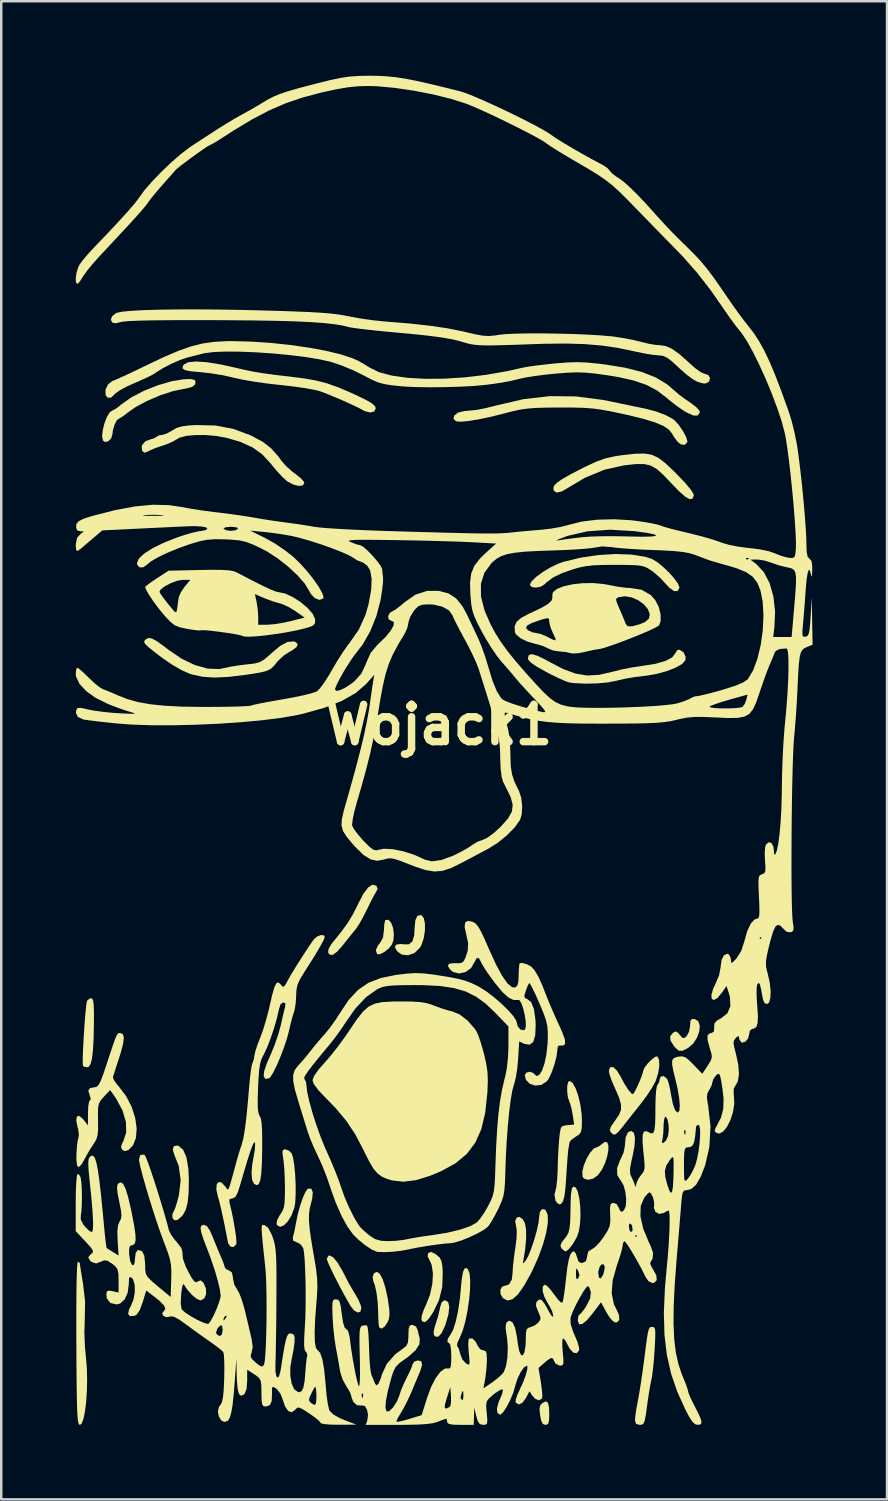
<source format=kicad_pcb>
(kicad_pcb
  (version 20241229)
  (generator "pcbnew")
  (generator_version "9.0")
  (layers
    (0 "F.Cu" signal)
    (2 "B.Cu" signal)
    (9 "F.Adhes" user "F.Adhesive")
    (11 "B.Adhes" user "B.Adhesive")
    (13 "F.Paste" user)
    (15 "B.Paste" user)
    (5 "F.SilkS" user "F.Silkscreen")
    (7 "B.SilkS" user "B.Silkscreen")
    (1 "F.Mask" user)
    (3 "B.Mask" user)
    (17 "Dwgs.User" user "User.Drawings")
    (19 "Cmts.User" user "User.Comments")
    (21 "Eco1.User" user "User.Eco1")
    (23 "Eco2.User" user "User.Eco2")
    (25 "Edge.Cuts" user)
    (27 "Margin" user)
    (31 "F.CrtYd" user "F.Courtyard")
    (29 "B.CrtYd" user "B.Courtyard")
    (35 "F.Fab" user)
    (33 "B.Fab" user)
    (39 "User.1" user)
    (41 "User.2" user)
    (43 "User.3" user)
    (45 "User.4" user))
  (footprint "Wojack1"
    (layer "F.Cu")
    (at 14.632 26.14)
    (property "Reference" "Wojack1" (at 0 0 0) (layer "F.SilkS") (effects (font (size 1.5 1.5) (thickness 0.3))))
    (attr board_only exclude_from_pos_files exclude_from_bom)
    (fp_poly (pts (xy 4.386 27.301) (xy 4.429 27.489) (xy 4.439 27.748) (xy 4.431 28.008) (xy 4.398 28.144) (xy 4.328 28.191) (xy 4.284 28.195) (xy 4.18 28.158) (xy 4.113 28.023) (xy 4.071 27.809) (xy 4.046 27.556) (xy 4.074 27.408) (xy 4.156 27.318) (xy 4.298 27.249)) (stroke (width 0) (type solid)) (fill yes) (layer "F.SilkS"))
    (fp_poly (pts (xy 0.369 23.25) (xy 0.412 23.445) (xy 0.378 23.744) (xy 0.268 24.129) (xy 0.241 24.205) (xy 0.103 24.5) (xy -0.031 24.646) (xy -0.153 24.637) (xy -0.209 24.572) (xy -0.217 24.446) (xy -0.171 24.234) (xy -0.139 24.14) (xy -0.045 23.841) (xy 0.028 23.54) (xy 0.037 23.489) (xy 0.097 23.274) (xy 0.194 23.187) (xy 0.25 23.181)) (stroke (width 0) (type solid)) (fill yes) (layer "F.SilkS"))
    (fp_poly (pts (xy -1.927 7.975) (xy -1.853 8.178) (xy -1.819 8.423) (xy -1.836 8.67) (xy -1.897 8.848) (xy -2.024 9.009) (xy -2.2 9.149) (xy -2.372 9.236) (xy -2.491 9.236) (xy -2.497 9.231) (xy -2.546 9.078) (xy -2.459 8.883) (xy -2.384 8.795) (xy -2.258 8.582) (xy -2.219 8.266) (xy -2.206 8.036) (xy -2.172 7.886) (xy -2.154 7.86) (xy -2.031 7.856)) (stroke (width 0) (type solid)) (fill yes) (layer "F.SilkS"))
    (fp_poly (pts (xy 6.78 16.824) (xy 6.821 16.953) (xy 6.816 17.155) (xy 6.768 17.401) (xy 6.682 17.664) (xy 6.559 17.917) (xy 6.405 18.132) (xy 6.393 18.145) (xy 6.199 18.282) (xy 5.994 18.326) (xy 5.832 18.273) (xy 5.781 18.201) (xy 5.769 18.004) (xy 5.83 17.744) (xy 5.945 17.469) (xy 6.089 17.226) (xy 6.241 17.06) (xy 6.35 17.016) (xy 6.462 16.963) (xy 6.547 16.891) (xy 6.69 16.794)) (stroke (width 0) (type solid)) (fill yes) (layer "F.SilkS"))
    (fp_poly (pts (xy -2.388 22.108) (xy -2.269 22.331) (xy -2.158 22.676) (xy -2.064 23.123) (xy -2.053 23.191) (xy -2.005 23.538) (xy -1.995 23.772) (xy -2.024 23.943) (xy -2.066 24.048) (xy -2.193 24.24) (xy -2.319 24.32) (xy -2.408 24.274) (xy -2.429 24.161) (xy -2.445 23.939) (xy -2.45 23.732) (xy -2.469 23.286) (xy -2.517 22.879) (xy -2.588 22.56) (xy -2.64 22.426) (xy -2.676 22.246) (xy -2.622 22.091) (xy -2.508 22.03)) (stroke (width 0) (type solid)) (fill yes) (layer "F.SilkS"))
    (fp_poly (pts (xy -0.707 7.671) (xy -0.613 7.787) (xy -0.568 8.012) (xy -0.57 8.299) (xy -0.617 8.599) (xy -0.707 8.867) (xy -0.763 8.968) (xy -0.982 9.185) (xy -1.243 9.283) (xy -1.5 9.256) (xy -1.677 9.133) (xy -1.778 8.964) (xy -1.734 8.857) (xy -1.556 8.827) (xy -1.439 8.842) (xy -1.216 8.841) (xy -1.074 8.727) (xy -1.001 8.485) (xy -0.985 8.205) (xy -0.955 7.875) (xy -0.869 7.693) (xy -0.728 7.664)) (stroke (width 0) (type solid)) (fill yes) (layer "F.SilkS"))
    (fp_poly (pts (xy -4.26 21.449) (xy -4.081 21.669) (xy -3.876 22.019) (xy -3.788 22.194) (xy -3.63 22.498) (xy -3.442 22.824) (xy -3.373 22.934) (xy -3.236 23.18) (xy -3.147 23.4) (xy -3.13 23.489) (xy -3.169 23.639) (xy -3.279 23.669) (xy -3.425 23.586) (xy -3.566 23.406) (xy -3.778 23.032) (xy -3.989 22.642) (xy -4.183 22.265) (xy -4.347 21.932) (xy -4.464 21.675) (xy -4.519 21.522) (xy -4.521 21.505) (xy -4.462 21.39) (xy -4.403 21.372)) (stroke (width 0) (type solid)) (fill yes) (layer "F.SilkS"))
    (fp_poly (pts (xy -13.963 11.038) (xy -13.928 11.123) (xy -13.907 11.298) (xy -13.899 11.587) (xy -13.899 11.981) (xy -13.911 12.617) (xy -13.937 13.102) (xy -13.978 13.448) (xy -14.037 13.67) (xy -14.115 13.778) (xy -14.151 13.793) (xy -14.297 13.772) (xy -14.34 13.733) (xy -14.351 13.63) (xy -14.349 13.398) (xy -14.337 13.072) (xy -14.317 12.688) (xy -14.292 12.281) (xy -14.264 11.886) (xy -14.234 11.537) (xy -14.205 11.271) (xy -14.18 11.122) (xy -14.178 11.118) (xy -14.077 11.026) (xy -14.018 11.015)) (stroke (width 0) (type solid)) (fill yes) (layer "F.SilkS"))
    (fp_poly (pts (xy -10.49 16.959) (xy -10.304 17.118) (xy -10.172 17.425) (xy -10.095 17.876) (xy -10.076 18.29) (xy -10.084 18.827) (xy -10.122 19.229) (xy -10.196 19.523) (xy -10.311 19.735) (xy -10.362 19.796) (xy -10.544 19.948) (xy -10.672 19.95) (xy -10.739 19.85) (xy -10.734 19.684) (xy -10.698 19.619) (xy -10.635 19.488) (xy -10.556 19.248) (xy -10.478 18.95) (xy -10.478 18.949) (xy -10.405 18.339) (xy -10.484 17.77) (xy -10.663 17.314) (xy -10.725 17.104) (xy -10.679 16.97) (xy -10.541 16.944)) (stroke (width 0) (type solid)) (fill yes) (layer "F.SilkS"))
    (fp_poly (pts (xy -0.16 21.303) (xy -0.103 21.344) (xy 0.024 21.458) (xy 0.096 21.594) (xy 0.133 21.806) (xy 0.148 22.038) (xy 0.129 22.642) (xy -0.002 23.173) (xy -0.228 23.643) (xy -0.418 23.928) (xy -0.564 24.058) (xy -0.669 24.035) (xy -0.709 23.963) (xy -0.702 23.818) (xy -0.625 23.582) (xy -0.526 23.363) (xy -0.364 22.95) (xy -0.269 22.513) (xy -0.246 22.097) (xy -0.299 21.749) (xy -0.373 21.584) (xy -0.463 21.403) (xy -0.439 21.287) (xy -0.423 21.27) (xy -0.318 21.23)) (stroke (width 0) (type solid)) (fill yes) (layer "F.SilkS"))
    (fp_poly (pts (xy 10.296 11.852) (xy 10.442 11.939) (xy 10.501 12.121) (xy 10.479 12.358) (xy 10.385 12.612) (xy 10.229 12.846) (xy 10.03 13.015) (xy 9.811 13.126) (xy 9.661 13.128) (xy 9.523 13.013) (xy 9.459 12.936) (xy 9.318 12.711) (xy 9.309 12.544) (xy 9.42 12.406) (xy 9.53 12.348) (xy 9.63 12.408) (xy 9.693 12.486) (xy 9.804 12.612) (xy 9.888 12.613) (xy 9.973 12.538) (xy 10.069 12.362) (xy 10.111 12.124) (xy 10.111 12.113) (xy 10.125 11.921) (xy 10.186 11.85)) (stroke (width 0) (type solid)) (fill yes) (layer "F.SilkS"))
    (fp_poly (pts (xy 5.506 18.637) (xy 5.588 18.805) (xy 5.649 19.069) (xy 5.686 19.395) (xy 5.697 19.749) (xy 5.678 20.099) (xy 5.628 20.408) (xy 5.55 20.634) (xy 5.392 20.907) (xy 5.236 21.109) (xy 5.112 21.205) (xy 5.094 21.208) (xy 4.998 21.152) (xy 4.933 21.086) (xy 4.887 20.981) (xy 4.937 20.852) (xy 5.047 20.71) (xy 5.144 20.583) (xy 5.211 20.452) (xy 5.255 20.283) (xy 5.28 20.045) (xy 5.292 19.704) (xy 5.297 19.284) (xy 5.312 18.9) (xy 5.351 18.674) (xy 5.404 18.599)) (stroke (width 0) (type solid)) (fill yes) (layer "F.SilkS"))
    (fp_poly (pts (xy -2.528 6.482) (xy -2.521 6.488) (xy -2.474 6.607) (xy -2.53 6.722) (xy -2.614 6.863) (xy -2.74 7.104) (xy -2.885 7.399) (xy -2.908 7.447) (xy -3.065 7.757) (xy -3.22 8.031) (xy -3.342 8.215) (xy -3.353 8.228) (xy -3.493 8.398) (xy -3.688 8.641) (xy -3.858 8.857) (xy -4.101 9.135) (xy -4.281 9.268) (xy -4.406 9.26) (xy -4.469 9.165) (xy -4.449 9.028) (xy -4.339 8.835) (xy -4.292 8.775) (xy -3.943 8.344) (xy -3.679 7.98) (xy -3.469 7.634) (xy -3.28 7.26) (xy -3.255 7.205) (xy -3.047 6.806) (xy -2.851 6.548) (xy -2.676 6.438)) (stroke (width 0) (type solid)) (fill yes) (layer "F.SilkS"))
    (fp_poly (pts (xy -6.031 17.162) (xy -5.937 17.262) (xy -5.878 17.439) (xy -5.83 17.736) (xy -5.795 18.109) (xy -5.775 18.513) (xy -5.774 18.903) (xy -5.792 19.237) (xy -5.827 19.45) (xy -5.941 19.755) (xy -6.09 19.999) (xy -6.251 20.161) (xy -6.401 20.221) (xy -6.516 20.158) (xy -6.544 20.104) (xy -6.528 19.967) (xy -6.431 19.775) (xy -6.398 19.727) (xy -6.307 19.586) (xy -6.25 19.434) (xy -6.22 19.227) (xy -6.208 18.924) (xy -6.206 18.673) (xy -6.213 18.275) (xy -6.232 17.889) (xy -6.26 17.579) (xy -6.273 17.488) (xy -6.306 17.253) (xy -6.295 17.137) (xy -6.23 17.1) (xy -6.19 17.098)) (stroke (width 0) (type solid)) (fill yes) (layer "F.SilkS"))
    (fp_poly (pts (xy -14.469 21.676) (xy -14.467 21.69) (xy -14.454 21.798) (xy -14.418 22.028) (xy -14.367 22.337) (xy -14.34 22.492) (xy -14.255 23.228) (xy -14.268 23.934) (xy -14.284 24.472) (xy -14.26 25.073) (xy -14.221 25.478) (xy -14.185 25.908) (xy -14.173 26.369) (xy -14.183 26.833) (xy -14.213 27.272) (xy -14.26 27.656) (xy -14.321 27.956) (xy -14.395 28.144) (xy -14.46 28.195) (xy -14.493 28.181) (xy -14.52 28.131) (xy -14.542 28.03) (xy -14.56 27.863) (xy -14.573 27.616) (xy -14.584 27.273) (xy -14.592 26.82) (xy -14.599 26.244) (xy -14.604 25.528) (xy -14.607 24.907) (xy -14.609 24.059) (xy -14.607 23.321) (xy -14.601 22.704) (xy -14.592 22.217) (xy -14.578 21.868) (xy -14.561 21.667) (xy -14.545 21.619)) (stroke (width 0) (type solid)) (fill yes) (layer "F.SilkS"))
    (fp_poly (pts (xy -9.844 -13.89) (xy -9.803 -13.798) (xy -9.829 -13.701) (xy -9.944 -13.609) (xy -10.196 -13.54) (xy -10.302 -13.525) (xy -10.741 -13.431) (xy -11.244 -13.264) (xy -11.753 -13.045) (xy -12.212 -12.801) (xy -12.559 -12.559) (xy -12.739 -12.418) (xy -12.87 -12.337) (xy -12.895 -12.33) (xy -12.981 -12.259) (xy -13.069 -12.086) (xy -13.134 -11.871) (xy -13.152 -11.713) (xy -13.201 -11.543) (xy -13.316 -11.423) (xy -13.448 -11.387) (xy -13.535 -11.446) (xy -13.57 -11.615) (xy -13.546 -11.861) (xy -13.477 -12.136) (xy -13.378 -12.393) (xy -13.266 -12.584) (xy -13.154 -12.659) (xy -13.153 -12.659) (xy -13.048 -12.709) (xy -12.877 -12.834) (xy -12.806 -12.895) (xy -12.401 -13.182) (xy -11.887 -13.45) (xy -11.318 -13.677) (xy -10.75 -13.841) (xy -10.293 -13.914) (xy -10 -13.925)) (stroke (width 0) (type solid)) (fill yes) (layer "F.SilkS"))
    (fp_poly (pts (xy 8.6 24.249) (xy 8.659 24.264) (xy 8.695 24.326) (xy 8.71 24.464) (xy 8.707 24.704) (xy 8.688 25.075) (xy 8.682 25.173) (xy 8.652 25.579) (xy 8.616 25.952) (xy 8.577 26.246) (xy 8.551 26.386) (xy 8.506 26.598) (xy 8.452 26.918) (xy 8.397 27.287) (xy 8.377 27.434) (xy 8.328 27.79) (xy 8.286 28.014) (xy 8.239 28.135) (xy 8.174 28.185) (xy 8.085 28.195) (xy 7.935 28.157) (xy 7.891 28.013) (xy 7.891 27.995) (xy 7.908 27.813) (xy 7.95 27.533) (xy 8.006 27.234) (xy 8.061 26.933) (xy 8.127 26.521) (xy 8.196 26.052) (xy 8.26 25.581) (xy 8.262 25.564) (xy 8.324 25.075) (xy 8.371 24.725) (xy 8.41 24.491) (xy 8.446 24.35) (xy 8.485 24.278) (xy 8.533 24.253) (xy 8.597 24.249)) (stroke (width 0) (type solid)) (fill yes) (layer "F.SilkS"))
    (fp_poly (pts (xy 8.565 -10.876) (xy 8.832 -10.752) (xy 9.111 -10.54) (xy 9.445 -10.225) (xy 9.563 -10.108) (xy 9.915 -9.739) (xy 10.146 -9.463) (xy 10.254 -9.282) (xy 10.26 -9.232) (xy 10.203 -9.104) (xy 10.092 -9.086) (xy 9.918 -9.184) (xy 9.668 -9.403) (xy 9.343 -9.739) (xy 9.021 -10.077) (xy 8.762 -10.306) (xy 8.523 -10.442) (xy 8.261 -10.501) (xy 7.934 -10.5) (xy 7.499 -10.455) (xy 7.469 -10.452) (xy 6.664 -10.274) (xy 5.868 -9.945) (xy 5.248 -9.575) (xy 4.947 -9.4) (xy 4.736 -9.351) (xy 4.623 -9.427) (xy 4.603 -9.536) (xy 4.638 -9.635) (xy 4.752 -9.751) (xy 4.962 -9.896) (xy 5.285 -10.081) (xy 5.736 -10.315) (xy 5.933 -10.413) (xy 6.356 -10.608) (xy 6.723 -10.736) (xy 7.115 -10.821) (xy 7.412 -10.863) (xy 7.897 -10.916) (xy 8.267 -10.925)) (stroke (width 0) (type solid)) (fill yes) (layer "F.SilkS"))
    (fp_poly (pts (xy 9.847 -2.92) (xy 9.932 -2.735) (xy 9.919 -2.596) (xy 9.79 -2.451) (xy 9.533 -2.302) (xy 9.185 -2.165) (xy 8.782 -2.053) (xy 8.361 -1.979) (xy 8.265 -1.969) (xy 7.876 -1.921) (xy 7.483 -1.853) (xy 7.168 -1.78) (xy 7.155 -1.776) (xy 6.81 -1.707) (xy 6.366 -1.667) (xy 5.889 -1.656) (xy 5.443 -1.678) (xy 5.261 -1.701) (xy 5.102 -1.753) (xy 4.842 -1.866) (xy 4.523 -2.02) (xy 4.316 -2.128) (xy 3.943 -2.337) (xy 3.707 -2.497) (xy 3.592 -2.62) (xy 3.576 -2.678) (xy 3.616 -2.811) (xy 3.743 -2.845) (xy 3.969 -2.779) (xy 4.308 -2.611) (xy 4.429 -2.543) (xy 4.999 -2.245) (xy 5.498 -2.061) (xy 5.964 -1.985) (xy 6.439 -2.01) (xy 6.963 -2.13) (xy 6.978 -2.134) (xy 7.346 -2.227) (xy 7.781 -2.312) (xy 8.179 -2.37) (xy 8.714 -2.456) (xy 9.124 -2.573) (xy 9.394 -2.719) (xy 9.512 -2.88) (xy 9.597 -3.006) (xy 9.681 -3.025)) (stroke (width 0) (type solid)) (fill yes) (layer "F.SilkS"))
    (fp_poly (pts (xy 7.753 -6.855) (xy 8.301 -6.767) (xy 8.569 -6.681) (xy 8.773 -6.563) (xy 9.012 -6.371) (xy 9.255 -6.139) (xy 9.469 -5.899) (xy 9.623 -5.687) (xy 9.683 -5.535) (xy 9.682 -5.518) (xy 9.604 -5.384) (xy 9.461 -5.387) (xy 9.271 -5.522) (xy 9.134 -5.672) (xy 8.9 -5.923) (xy 8.632 -6.156) (xy 8.538 -6.223) (xy 8.398 -6.31) (xy 8.266 -6.37) (xy 8.106 -6.408) (xy 7.886 -6.429) (xy 7.572 -6.438) (xy 7.13 -6.441) (xy 7.085 -6.441) (xy 6.586 -6.437) (xy 6.206 -6.421) (xy 5.905 -6.387) (xy 5.636 -6.332) (xy 5.385 -6.259) (xy 4.931 -6.098) (xy 4.598 -5.935) (xy 4.342 -5.748) (xy 4.246 -5.655) (xy 4.091 -5.561) (xy 3.901 -5.524) (xy 3.737 -5.547) (xy 3.659 -5.63) (xy 3.658 -5.642) (xy 3.728 -5.779) (xy 3.913 -5.957) (xy 4.177 -6.151) (xy 4.486 -6.337) (xy 4.803 -6.489) (xy 5.008 -6.563) (xy 5.705 -6.731) (xy 6.419 -6.836) (xy 7.114 -6.878)) (stroke (width 0) (type solid)) (fill yes) (layer "F.SilkS"))
    (fp_poly (pts (xy -9.35 -14.602) (xy -8.803 -14.514) (xy -8.22 -14.385) (xy -7.83 -14.294) (xy -7.461 -14.219) (xy -7.069 -14.155) (xy -6.606 -14.092) (xy -6.028 -14.025) (xy -6.001 -14.021) (xy -5.418 -13.948) (xy -4.935 -13.861) (xy -4.498 -13.746) (xy -4.053 -13.588) (xy -3.545 -13.371) (xy -3.267 -13.243) (xy -2.913 -13.069) (xy -2.691 -12.936) (xy -2.577 -12.829) (xy -2.548 -12.742) (xy -2.613 -12.618) (xy -2.774 -12.578) (xy -2.983 -12.629) (xy -3.041 -12.66) (xy -3.247 -12.769) (xy -3.556 -12.915) (xy -3.92 -13.079) (xy -4.289 -13.236) (xy -4.613 -13.367) (xy -4.802 -13.436) (xy -5.033 -13.493) (xy -5.384 -13.556) (xy -5.814 -13.618) (xy -6.279 -13.673) (xy -6.414 -13.687) (xy -6.91 -13.743) (xy -7.412 -13.813) (xy -7.867 -13.891) (xy -8.22 -13.966) (xy -8.27 -13.979) (xy -8.695 -14.075) (xy -9.178 -14.154) (xy -9.599 -14.2) (xy -9.984 -14.234) (xy -10.221 -14.28) (xy -10.328 -14.348) (xy -10.32 -14.443) (xy -10.272 -14.512) (xy -10.099 -14.601) (xy -9.787 -14.631)) (stroke (width 0) (type solid)) (fill yes) (layer "F.SilkS"))
    (fp_poly (pts (xy 4.267 19.527) (xy 4.296 19.552) (xy 4.377 19.74) (xy 4.383 20.047) (xy 4.318 20.448) (xy 4.19 20.918) (xy 4.003 21.434) (xy 3.764 21.969) (xy 3.713 22.071) (xy 3.432 22.579) (xy 3.183 22.932) (xy 2.961 23.133) (xy 2.762 23.187) (xy 2.581 23.098) (xy 2.565 23.082) (xy 2.477 22.923) (xy 2.471 22.75) (xy 2.542 22.628) (xy 2.614 22.605) (xy 2.817 22.54) (xy 2.931 22.343) (xy 2.961 22.075) (xy 2.975 21.83) (xy 3.012 21.492) (xy 3.063 21.127) (xy 3.071 21.078) (xy 3.121 20.677) (xy 3.131 20.373) (xy 3.107 20.22) (xy 3.067 19.987) (xy 3.124 19.846) (xy 3.238 19.817) (xy 3.373 19.916) (xy 3.453 20.058) (xy 3.504 20.309) (xy 3.509 20.677) (xy 3.47 21.119) (xy 3.401 21.537) (xy 3.377 21.678) (xy 3.413 21.671) (xy 3.49 21.579) (xy 3.593 21.396) (xy 3.711 21.103) (xy 3.83 20.749) (xy 3.933 20.387) (xy 4.004 20.066) (xy 4.028 19.852) (xy 4.061 19.621) (xy 4.147 19.505)) (stroke (width 0) (type solid)) (fill yes) (layer "F.SilkS"))
    (fp_poly (pts (xy 8.859 13.484) (xy 8.872 13.719) (xy 8.83 14.011) (xy 8.737 14.313) (xy 8.709 14.379) (xy 8.576 14.621) (xy 8.375 14.927) (xy 8.146 15.237) (xy 8.11 15.283) (xy 7.865 15.59) (xy 7.621 15.899) (xy 7.425 16.149) (xy 7.407 16.173) (xy 7.223 16.397) (xy 7.1 16.499) (xy 7.004 16.495) (xy 6.913 16.408) (xy 6.879 16.311) (xy 6.931 16.169) (xy 7.083 15.947) (xy 7.099 15.927) (xy 7.251 15.703) (xy 7.328 15.504) (xy 7.328 15.289) (xy 7.25 15.018) (xy 7.093 14.651) (xy 7.054 14.567) (xy 6.935 14.287) (xy 6.858 14.05) (xy 6.839 13.91) (xy 6.908 13.782) (xy 7.026 13.793) (xy 7.169 13.931) (xy 7.294 14.139) (xy 7.47 14.465) (xy 7.631 14.713) (xy 7.757 14.856) (xy 7.805 14.878) (xy 7.861 14.81) (xy 7.952 14.637) (xy 8.055 14.411) (xy 8.148 14.181) (xy 8.211 13.997) (xy 8.223 13.931) (xy 8.278 13.804) (xy 8.406 13.639) (xy 8.563 13.48) (xy 8.706 13.372) (xy 8.789 13.353)) (stroke (width 0) (type solid)) (fill yes) (layer "F.SilkS"))
    (fp_poly (pts (xy -11.562 -3.474) (xy -11.368 -3.37) (xy -11.092 -3.172) (xy -10.899 -3.023) (xy -10.369 -2.662) (xy -9.834 -2.406) (xy -9.321 -2.263) (xy -8.858 -2.244) (xy -8.652 -2.284) (xy -8.408 -2.338) (xy -8.076 -2.392) (xy -7.758 -2.43) (xy -7.441 -2.466) (xy -7.224 -2.522) (xy -7.043 -2.626) (xy -6.831 -2.807) (xy -6.747 -2.886) (xy -6.394 -3.181) (xy -6.102 -3.336) (xy -5.858 -3.358) (xy -5.788 -3.338) (xy -5.69 -3.249) (xy -5.74 -3.128) (xy -5.929 -2.988) (xy -6.021 -2.941) (xy -6.27 -2.777) (xy -6.5 -2.558) (xy -6.534 -2.516) (xy -6.657 -2.363) (xy -6.776 -2.255) (xy -6.925 -2.178) (xy -7.14 -2.119) (xy -7.454 -2.062) (xy -7.809 -2.009) (xy -8.491 -1.928) (xy -9.051 -1.902) (xy -9.523 -1.934) (xy -9.94 -2.024) (xy -10.055 -2.061) (xy -10.374 -2.203) (xy -10.755 -2.424) (xy -11.142 -2.69) (xy -11.184 -2.721) (xy -11.512 -2.973) (xy -11.725 -3.147) (xy -11.841 -3.262) (xy -11.878 -3.34) (xy -11.852 -3.401) (xy -11.8 -3.449) (xy -11.697 -3.496)) (stroke (width 0) (type solid)) (fill yes) (layer "F.SilkS"))
    (fp_poly (pts (xy 5.374 14.42) (xy 5.495 14.627) (xy 5.604 14.929) (xy 5.69 15.293) (xy 5.743 15.684) (xy 5.754 15.946) (xy 5.748 16.228) (xy 5.717 16.396) (xy 5.642 16.5) (xy 5.508 16.588) (xy 5.34 16.704) (xy 5.257 16.802) (xy 5.255 16.81) (xy 5.233 16.954) (xy 5.213 17.057) (xy 5.195 17.202) (xy 5.172 17.472) (xy 5.147 17.825) (xy 5.126 18.166) (xy 5.092 18.646) (xy 5.049 18.982) (xy 4.991 19.192) (xy 4.915 19.296) (xy 4.843 19.317) (xy 4.753 19.253) (xy 4.688 19.158) (xy 4.649 18.92) (xy 4.685 18.783) (xy 4.726 18.599) (xy 4.758 18.307) (xy 4.776 17.965) (xy 4.777 17.894) (xy 4.789 17.484) (xy 4.811 17.053) (xy 4.838 16.692) (xy 4.839 16.687) (xy 4.87 16.4) (xy 4.908 16.238) (xy 4.975 16.162) (xy 5.095 16.133) (xy 5.167 16.126) (xy 5.442 16.1) (xy 5.384 15.715) (xy 5.335 15.455) (xy 5.277 15.249) (xy 5.255 15.197) (xy 5.191 15.006) (xy 5.161 14.772) (xy 5.163 14.548) (xy 5.2 14.389) (xy 5.252 14.344)) (stroke (width 0) (type solid)) (fill yes) (layer "F.SilkS"))
    (fp_poly (pts (xy -9.003 -12.053) (xy -8.287 -11.918) (xy -7.589 -11.657) (xy -7.521 -11.625) (xy -7.095 -11.393) (xy -6.768 -11.139) (xy -6.477 -10.811) (xy -6.341 -10.625) (xy -6.159 -10.417) (xy -5.911 -10.197) (xy -5.79 -10.107) (xy -5.585 -9.946) (xy -5.453 -9.802) (xy -5.425 -9.737) (xy -5.489 -9.64) (xy -5.651 -9.621) (xy -5.867 -9.673) (xy -6.093 -9.792) (xy -6.144 -9.829) (xy -6.33 -10.003) (xy -6.562 -10.255) (xy -6.789 -10.532) (xy -6.789 -10.532) (xy -7.123 -10.894) (xy -7.515 -11.174) (xy -8.001 -11.393) (xy -8.549 -11.555) (xy -8.962 -11.631) (xy -9.402 -11.669) (xy -9.825 -11.669) (xy -10.191 -11.633) (xy -10.457 -11.561) (xy -10.533 -11.517) (xy -10.726 -11.404) (xy -11.002 -11.287) (xy -11.171 -11.23) (xy -11.438 -11.14) (xy -11.649 -11.05) (xy -11.728 -11.003) (xy -11.865 -10.957) (xy -11.959 -11.036) (xy -11.975 -11.203) (xy -11.962 -11.257) (xy -11.832 -11.415) (xy -11.664 -11.481) (xy -11.477 -11.537) (xy -11.378 -11.601) (xy -11.269 -11.66) (xy -11.167 -11.672) (xy -10.991 -11.719) (xy -10.776 -11.833) (xy -10.74 -11.857) (xy -10.565 -11.957) (xy -10.353 -12.02) (xy -10.054 -12.057) (xy -9.791 -12.072)) (stroke (width 0) (type solid)) (fill yes) (layer "F.SilkS"))
    (fp_poly (pts (xy -1.11 11.146) (xy -0.779 11.165) (xy -0.523 11.205) (xy -0.299 11.272) (xy -0.197 11.312) (xy 0.108 11.424) (xy 0.408 11.515) (xy 0.531 11.543) (xy 0.831 11.667) (xy 1.146 11.909) (xy 1.432 12.234) (xy 1.503 12.337) (xy 1.58 12.505) (xy 1.676 12.784) (xy 1.776 13.124) (xy 1.813 13.265) (xy 1.903 13.66) (xy 1.952 13.994) (xy 1.965 14.339) (xy 1.949 14.768) (xy 1.946 14.827) (xy 1.86 15.624) (xy 1.702 16.287) (xy 1.457 16.835) (xy 1.113 17.288) (xy 0.655 17.665) (xy 0.071 17.985) (xy -0.373 18.168) (xy -0.946 18.343) (xy -1.44 18.403) (xy -1.892 18.35) (xy -2.093 18.29) (xy -2.304 18.197) (xy -2.478 18.069) (xy -2.639 17.878) (xy -2.81 17.594) (xy -3.013 17.19) (xy -3.05 17.111) (xy -3.378 16.488) (xy -3.741 15.943) (xy -4.183 15.418) (xy -4.549 15.043) (xy -4.869 14.707) (xy -5.05 14.457) (xy -5.096 14.316) (xy -5.033 14.141) (xy -4.852 13.884) (xy -4.616 13.618) (xy -4.366 13.33) (xy -4.072 12.958) (xy -3.779 12.556) (xy -3.597 12.289) (xy -3.31 11.863) (xy -3.07 11.559) (xy -2.843 11.355) (xy -2.591 11.231) (xy -2.279 11.168) (xy -1.871 11.145) (xy -1.562 11.142)) (stroke (width 0) (type solid)) (fill yes) (layer "F.SilkS"))
    (fp_poly (pts (xy 5.508 -13.225) (xy 6.597 -13.084) (xy 6.905 -13.023) (xy 7.335 -12.933) (xy 7.742 -12.848) (xy 8.081 -12.778) (xy 8.302 -12.733) (xy 8.726 -12.623) (xy 9.112 -12.479) (xy 9.406 -12.321) (xy 9.484 -12.262) (xy 9.656 -12.074) (xy 9.818 -11.84) (xy 9.942 -11.609) (xy 10 -11.43) (xy 9.996 -11.377) (xy 9.889 -11.272) (xy 9.731 -11.298) (xy 9.6 -11.405) (xy 9.458 -11.599) (xy 9.379 -11.734) (xy 9.254 -11.89) (xy 9.038 -12.034) (xy 8.715 -12.172) (xy 8.268 -12.311) (xy 7.681 -12.458) (xy 7.419 -12.516) (xy 6.934 -12.619) (xy 6.541 -12.691) (xy 6.189 -12.738) (xy 5.827 -12.765) (xy 5.404 -12.776) (xy 4.87 -12.778) (xy 4.85 -12.778) (xy 4.319 -12.773) (xy 3.911 -12.762) (xy 3.582 -12.737) (xy 3.292 -12.697) (xy 2.996 -12.635) (xy 2.654 -12.547) (xy 2.63 -12.541) (xy 2.093 -12.406) (xy 1.603 -12.302) (xy 1.187 -12.234) (xy 0.874 -12.206) (xy 0.689 -12.222) (xy 0.686 -12.223) (xy 0.583 -12.321) (xy 0.61 -12.451) (xy 0.756 -12.566) (xy 0.786 -12.579) (xy 1.019 -12.635) (xy 1.287 -12.659) (xy 1.292 -12.659) (xy 1.508 -12.681) (xy 1.823 -12.741) (xy 2.18 -12.827) (xy 2.294 -12.858) (xy 3.4 -13.114) (xy 4.456 -13.236)) (stroke (width 0) (type solid)) (fill yes) (layer "F.SilkS"))
    (fp_poly (pts (xy -12.738 12.454) (xy -12.694 12.59) (xy -12.721 12.836) (xy -12.82 13.209) (xy -12.874 13.379) (xy -12.979 13.707) (xy -13.067 13.978) (xy -13.122 14.153) (xy -13.134 14.191) (xy -13.098 14.302) (xy -12.978 14.475) (xy -12.903 14.56) (xy -12.604 14.952) (xy -12.381 15.385) (xy -12.237 15.831) (xy -12.178 16.259) (xy -12.208 16.641) (xy -12.331 16.948) (xy -12.513 17.129) (xy -12.666 17.172) (xy -12.756 17.116) (xy -12.81 17.011) (xy -12.765 16.861) (xy -12.717 16.776) (xy -12.598 16.417) (xy -12.611 15.993) (xy -12.751 15.526) (xy -13.015 15.041) (xy -13.075 14.953) (xy -13.248 14.711) (xy -13.499 14.98) (xy -13.622 15.121) (xy -13.696 15.25) (xy -13.731 15.414) (xy -13.738 15.66) (xy -13.734 15.927) (xy -13.731 16.282) (xy -13.751 16.522) (xy -13.801 16.694) (xy -13.89 16.848) (xy -13.902 16.865) (xy -14.063 17.113) (xy -14.226 17.398) (xy -14.257 17.457) (xy -14.405 17.713) (xy -14.511 17.814) (xy -14.576 17.758) (xy -14.604 17.542) (xy -14.602 17.286) (xy -14.583 16.987) (xy -14.554 16.749) (xy -14.521 16.625) (xy -14.505 16.489) (xy -14.538 16.271) (xy -14.56 16.193) (xy -14.612 15.927) (xy -14.585 15.775) (xy -14.492 15.752) (xy -14.345 15.873) (xy -14.313 15.911) (xy -14.139 16.133) (xy -14.139 15.629) (xy -14.127 15.366) (xy -14.096 15.183) (xy -14.058 15.125) (xy -14.026 15.062) (xy -14.071 14.919) (xy -14.126 14.728) (xy -14.055 14.631) (xy -13.876 14.6) (xy -13.787 14.577) (xy -13.709 14.5) (xy -13.627 14.343) (xy -13.525 14.078) (xy -13.407 13.728) (xy -13.249 13.247) (xy -13.133 12.9) (xy -13.05 12.666) (xy -12.99 12.522) (xy -12.944 12.447) (xy -12.903 12.417) (xy -12.857 12.412) (xy -12.852 12.412)) (stroke (width 0) (type solid)) (fill yes) (layer "F.SilkS"))
    (fp_poly (pts (xy -8.737 -6.238) (xy -8.465 -6.22) (xy -8.279 -6.187) (xy -8.161 -6.142) (xy -7.591 -5.845) (xy -7.152 -5.623) (xy -6.83 -5.47) (xy -6.612 -5.379) (xy -6.486 -5.344) (xy -6.472 -5.343) (xy -6.204 -5.289) (xy -5.893 -5.145) (xy -5.577 -4.942) (xy -5.296 -4.707) (xy -5.088 -4.469) (xy -4.992 -4.258) (xy -4.99 -4.241) (xy -4.994 -4.096) (xy -5.057 -4.007) (xy -5.218 -3.937) (xy -5.384 -3.888) (xy -5.734 -3.804) (xy -6.141 -3.725) (xy -6.571 -3.656) (xy -6.99 -3.6) (xy -7.367 -3.562) (xy -7.667 -3.546) (xy -7.858 -3.556) (xy -7.903 -3.574) (xy -8.003 -3.607) (xy -8.222 -3.651) (xy -8.515 -3.699) (xy -8.838 -3.744) (xy -9.147 -3.782) (xy -9.397 -3.806) (xy -9.543 -3.809) (xy -9.561 -3.805) (xy -9.671 -3.798) (xy -9.893 -3.821) (xy -10.152 -3.864) (xy -10.432 -3.924) (xy -10.63 -4.001) (xy -10.802 -4.128) (xy -11.003 -4.339) (xy -11.086 -4.433) (xy -11.313 -4.711) (xy -11.526 -5.001) (xy -11.7 -5.264) (xy -11.752 -5.359) (xy -11.261 -5.359) (xy -11.213 -5.267) (xy -11.085 -5.088) (xy -10.906 -4.859) (xy -10.705 -4.618) (xy -10.646 -4.55) (xy -10.582 -4.532) (xy -10.546 -4.664) (xy -10.541 -4.715) (xy -10.512 -4.962) (xy -10.479 -5.152) (xy -10.43 -5.263) (xy -7.417 -5.263) (xy -7.349 -4.954) (xy -7.301 -4.649) (xy -7.282 -4.343) (xy -7.282 -4.336) (xy -7.283 -4.028) (xy -6.909 -4.03) (xy -6.628 -4.052) (xy -6.274 -4.109) (xy -5.975 -4.175) (xy -5.415 -4.318) (xy -5.78 -4.575) (xy -6.045 -4.737) (xy -6.308 -4.858) (xy -6.419 -4.893) (xy -6.669 -4.964) (xy -6.964 -5.07) (xy -7.055 -5.108) (xy -7.417 -5.263) (xy -10.43 -5.263) (xy -10.401 -5.331) (xy -10.259 -5.544) (xy -10.227 -5.583) (xy -10.014 -5.836) (xy -10.331 -5.836) (xy -10.548 -5.8) (xy -10.798 -5.707) (xy -11.034 -5.584) (xy -11.205 -5.456) (xy -11.261 -5.359) (xy -11.752 -5.359) (xy -11.811 -5.466) (xy -11.837 -5.552) (xy -11.773 -5.613) (xy -11.606 -5.736) (xy -11.372 -5.894) (xy -11.364 -5.899) (xy -10.892 -6.206) (xy -9.641 -6.234) (xy -9.12 -6.242)) (stroke (width 0) (type solid)) (fill yes) (layer "F.SilkS"))
    (fp_poly (pts (xy 6.641 -5.668) (xy 6.88 -5.622) (xy 7.215 -5.558) (xy 7.549 -5.517) (xy 7.71 -5.509) (xy 8.16 -5.437) (xy 8.523 -5.228) (xy 8.704 -5.027) (xy 8.847 -4.75) (xy 8.924 -4.444) (xy 8.924 -4.168) (xy 8.863 -4.006) (xy 8.755 -3.934) (xy 8.526 -3.822) (xy 8.21 -3.683) (xy 7.84 -3.532) (xy 7.452 -3.38) (xy 7.079 -3.243) (xy 6.755 -3.132) (xy 6.514 -3.061) (xy 6.409 -3.043) (xy 6.26 -3.022) (xy 6.02 -2.971) (xy 5.866 -2.933) (xy 5.597 -2.882) (xy 5.373 -2.872) (xy 5.294 -2.886) (xy 5.104 -2.931) (xy 4.859 -2.953) (xy 4.848 -2.953) (xy 4.599 -2.99) (xy 4.397 -3.072) (xy 4.391 -3.076) (xy 4.2 -3.168) (xy 3.946 -3.244) (xy 3.901 -3.253) (xy 3.564 -3.348) (xy 3.283 -3.485) (xy 3.1 -3.64) (xy 3.055 -3.733) (xy 3.046 -3.904) (xy 3.501 -3.904) (xy 3.58 -3.809) (xy 3.584 -3.806) (xy 3.782 -3.717) (xy 3.9 -3.699) (xy 4.082 -3.661) (xy 4.313 -3.567) (xy 4.357 -3.545) (xy 4.586 -3.427) (xy 4.691 -3.4) (xy 4.69 -3.474) (xy 4.602 -3.66) (xy 4.594 -3.675) (xy 4.494 -3.913) (xy 4.441 -4.121) (xy 4.439 -4.157) (xy 4.431 -4.259) (xy 4.379 -4.295) (xy 4.244 -4.27) (xy 4.048 -4.209) (xy 3.722 -4.093) (xy 3.544 -3.995) (xy 3.501 -3.904) (xy 3.046 -3.904) (xy 3.043 -3.96) (xy 3.121 -4.143) (xy 3.311 -4.307) (xy 3.634 -4.479) (xy 3.718 -4.517) (xy 4.123 -4.709) (xy 4.388 -4.865) (xy 4.531 -5.001) (xy 4.543 -5.042) (xy 7.128 -5.042) (xy 7.163 -4.914) (xy 7.263 -4.679) (xy 7.271 -4.661) (xy 7.385 -4.396) (xy 7.477 -4.173) (xy 7.512 -4.079) (xy 7.586 -3.975) (xy 7.736 -3.962) (xy 7.819 -3.976) (xy 8.084 -4.051) (xy 8.29 -4.134) (xy 8.454 -4.277) (xy 8.487 -4.457) (xy 8.412 -4.655) (xy 8.252 -4.847) (xy 8.029 -5.012) (xy 7.766 -5.129) (xy 7.486 -5.175) (xy 7.243 -5.141) (xy 7.155 -5.104) (xy 7.128 -5.042) (xy 4.543 -5.042) (xy 4.57 -5.131) (xy 4.559 -5.189) (xy 4.586 -5.339) (xy 4.749 -5.471) (xy 5.021 -5.579) (xy 5.374 -5.658) (xy 5.78 -5.702) (xy 6.211 -5.708)) (stroke (width 0) (type solid)) (fill yes) (layer "F.SilkS"))
    (fp_poly (pts (xy -8.964 -16.724) (xy -8.036 -16.709) (xy -7.275 -16.692) (xy -6.452 -16.668) (xy -5.774 -16.645) (xy -5.22 -16.622) (xy -4.77 -16.596) (xy -4.404 -16.566) (xy -4.101 -16.532) (xy -3.842 -16.491) (xy -3.658 -16.455) (xy -3.205 -16.37) (xy -2.694 -16.296) (xy -2.228 -16.246) (xy -2.178 -16.242) (xy -1.199 -16.163) (xy -0.363 -16.071) (xy 0.354 -15.965) (xy 0.971 -15.841) (xy 1.091 -15.812) (xy 1.483 -15.721) (xy 1.769 -15.67) (xy 2.004 -15.657) (xy 2.24 -15.677) (xy 2.421 -15.706) (xy 2.692 -15.734) (xy 3.096 -15.753) (xy 3.6 -15.762) (xy 4.172 -15.763) (xy 4.779 -15.754) (xy 5.391 -15.738) (xy 5.974 -15.714) (xy 6.498 -15.683) (xy 6.929 -15.646) (xy 7.037 -15.634) (xy 7.424 -15.575) (xy 7.813 -15.5) (xy 8.125 -15.424) (xy 8.141 -15.419) (xy 8.45 -15.344) (xy 8.747 -15.297) (xy 8.872 -15.289) (xy 9.119 -15.256) (xy 9.373 -15.147) (xy 9.663 -14.944) (xy 10.018 -14.63) (xy 10.094 -14.558) (xy 10.33 -14.352) (xy 10.541 -14.202) (xy 10.685 -14.139) (xy 10.693 -14.139) (xy 10.845 -14.083) (xy 10.916 -13.96) (xy 10.877 -13.831) (xy 10.842 -13.803) (xy 10.753 -13.752) (xy 10.668 -13.743) (xy 10.523 -13.778) (xy 10.41 -13.812) (xy 10.244 -13.901) (xy 10.006 -14.075) (xy 9.741 -14.302) (xy 9.657 -14.38) (xy 9.386 -14.631) (xy 9.187 -14.782) (xy 9.025 -14.857) (xy 8.861 -14.878) (xy 8.847 -14.878) (xy 8.628 -14.897) (xy 8.311 -14.948) (xy 7.956 -15.02) (xy 7.874 -15.038) (xy 7.214 -15.176) (xy 6.56 -15.273) (xy 5.875 -15.331) (xy 5.12 -15.354) (xy 4.255 -15.345) (xy 3.905 -15.334) (xy 3.212 -15.309) (xy 2.661 -15.292) (xy 2.23 -15.281) (xy 1.897 -15.279) (xy 1.64 -15.287) (xy 1.437 -15.304) (xy 1.266 -15.331) (xy 1.104 -15.371) (xy 0.93 -15.422) (xy 0.863 -15.443) (xy 0.538 -15.524) (xy 0.093 -15.601) (xy -0.483 -15.676) (xy -1.205 -15.751) (xy -1.556 -15.782) (xy -2.104 -15.833) (xy -2.611 -15.884) (xy -3.048 -15.932) (xy -3.389 -15.975) (xy -3.604 -16.01) (xy -3.652 -16.021) (xy -3.912 -16.084) (xy -4.249 -16.138) (xy -4.676 -16.183) (xy -5.203 -16.22) (xy -5.843 -16.249) (xy -6.607 -16.27) (xy -7.508 -16.285) (xy -8.556 -16.294) (xy -9.05 -16.296) (xy -10.047 -16.298) (xy -10.885 -16.295) (xy -11.567 -16.288) (xy -12.099 -16.276) (xy -12.485 -16.259) (xy -12.73 -16.238) (xy -12.83 -16.217) (xy -13.022 -16.171) (xy -13.15 -16.192) (xy -13.22 -16.308) (xy -13.167 -16.453) (xy -13.014 -16.576) (xy -12.969 -16.595) (xy -12.769 -16.636) (xy -12.42 -16.67) (xy -11.937 -16.697) (xy -11.335 -16.716) (xy -10.628 -16.727) (xy -9.833 -16.73)) (stroke (width 0) (type solid)) (fill yes) (layer "F.SilkS"))
    (fp_poly (pts (xy -7.573 -15.433) (xy -6.786 -15.38) (xy -6.003 -15.298) (xy -5.255 -15.191) (xy -4.569 -15.065) (xy -3.974 -14.922) (xy -3.499 -14.768) (xy -3.288 -14.675) (xy -3.037 -14.537) (xy -2.812 -14.397) (xy -2.795 -14.386) (xy -2.418 -14.201) (xy -1.906 -14.064) (xy -1.281 -13.975) (xy -0.566 -13.933) (xy 0.217 -13.939) (xy 1.047 -13.993) (xy 1.9 -14.095) (xy 2.754 -14.244) (xy 3.329 -14.374) (xy 3.542 -14.415) (xy 3.873 -14.463) (xy 4.273 -14.511) (xy 4.653 -14.551) (xy 5.143 -14.591) (xy 5.551 -14.605) (xy 5.946 -14.59) (xy 6.397 -14.547) (xy 6.684 -14.512) (xy 7.497 -14.38) (xy 8.17 -14.209) (xy 8.725 -13.989) (xy 9.183 -13.714) (xy 9.501 -13.44) (xy 9.674 -13.292) (xy 9.923 -13.107) (xy 10.108 -12.982) (xy 10.353 -12.8) (xy 10.486 -12.649) (xy 10.503 -12.582) (xy 10.421 -12.456) (xy 10.243 -12.455) (xy 9.965 -12.58) (xy 9.85 -12.65) (xy 9.552 -12.857) (xy 9.248 -13.096) (xy 9.143 -13.186) (xy 8.78 -13.464) (xy 8.36 -13.686) (xy 7.852 -13.862) (xy 7.228 -14.003) (xy 6.788 -14.075) (xy 6.299 -14.143) (xy 5.909 -14.182) (xy 5.558 -14.194) (xy 5.182 -14.181) (xy 4.721 -14.145) (xy 4.685 -14.142) (xy 4.246 -14.096) (xy 3.824 -14.041) (xy 3.471 -13.984) (xy 3.247 -13.936) (xy 2.882 -13.847) (xy 2.468 -13.771) (xy 1.952 -13.699) (xy 1.85 -13.687) (xy 1.393 -13.645) (xy 0.83 -13.616) (xy 0.214 -13.598) (xy -0.403 -13.593) (xy -0.971 -13.602) (xy -1.435 -13.626) (xy -1.499 -13.631) (xy -1.909 -13.674) (xy -2.212 -13.722) (xy -2.463 -13.793) (xy -2.718 -13.903) (xy -3.034 -14.069) (xy -3.062 -14.084) (xy -3.463 -14.28) (xy -3.911 -14.466) (xy -4.323 -14.606) (xy -4.399 -14.627) (xy -4.858 -14.727) (xy -5.415 -14.817) (xy -6.037 -14.893) (xy -6.695 -14.955) (xy -7.357 -15) (xy -7.991 -15.026) (xy -8.566 -15.031) (xy -9.051 -15.014) (xy -9.415 -14.971) (xy -9.494 -14.954) (xy -9.807 -14.874) (xy -10.126 -14.793) (xy -10.149 -14.787) (xy -10.434 -14.691) (xy -10.777 -14.54) (xy -11.114 -14.367) (xy -11.379 -14.203) (xy -11.435 -14.16) (xy -11.569 -14.081) (xy -11.811 -13.962) (xy -12.12 -13.824) (xy -12.257 -13.767) (xy -12.579 -13.621) (xy -12.849 -13.476) (xy -13.024 -13.355) (xy -13.059 -13.317) (xy -13.209 -13.176) (xy -13.348 -13.173) (xy -13.429 -13.276) (xy -13.435 -13.491) (xy -13.332 -13.705) (xy -13.159 -13.844) (xy -13.136 -13.852) (xy -13.001 -13.906) (xy -12.747 -14.02) (xy -12.404 -14.179) (xy -12.002 -14.371) (xy -11.714 -14.511) (xy -11.041 -14.829) (xy -10.472 -15.07) (xy -9.975 -15.243) (xy -9.513 -15.358) (xy -9.053 -15.423) (xy -8.561 -15.45) (xy -8.338 -15.452)) (stroke (width 0) (type solid)) (fill yes) (layer "F.SilkS"))
    (fp_poly (pts (xy -4.641 8.478) (xy -4.603 8.545) (xy -4.649 8.671) (xy -4.78 8.916) (xy -4.987 9.266) (xy -5.262 9.706) (xy -5.412 9.938) (xy -5.597 10.241) (xy -5.701 10.473) (xy -5.746 10.696) (xy -5.754 10.899) (xy -5.771 11.198) (xy -5.813 11.466) (xy -5.841 11.562) (xy -5.905 11.764) (xy -5.982 12.058) (xy -6.044 12.328) (xy -6.127 12.642) (xy -6.248 13.004) (xy -6.39 13.377) (xy -6.539 13.724) (xy -6.678 14.006) (xy -6.792 14.187) (xy -6.833 14.227) (xy -6.966 14.263) (xy -7.004 14.252) (xy -7.063 14.148) (xy -7.043 13.951) (xy -6.939 13.643) (xy -6.783 13.285) (xy -6.624 12.901) (xy -6.479 12.481) (xy -6.378 12.116) (xy -6.376 12.108) (xy -6.306 11.796) (xy -6.242 11.526) (xy -6.2 11.364) (xy -6.188 11.219) (xy -6.275 11.179) (xy -6.386 11.259) (xy -6.456 11.488) (xy -6.529 11.817) (xy -6.644 12.214) (xy -6.782 12.624) (xy -6.925 12.994) (xy -7.053 13.269) (xy -7.076 13.308) (xy -7.152 13.461) (xy -7.207 13.649) (xy -7.245 13.909) (xy -7.272 14.274) (xy -7.288 14.605) (xy -7.303 15.068) (xy -7.301 15.393) (xy -7.28 15.605) (xy -7.239 15.731) (xy -7.221 15.758) (xy -7.175 15.861) (xy -7.144 16.053) (xy -7.126 16.355) (xy -7.121 16.788) (xy -7.123 17.113) (xy -7.135 17.674) (xy -7.16 18.084) (xy -7.202 18.356) (xy -7.264 18.504) (xy -7.348 18.541) (xy -7.453 18.484) (xy -7.529 18.326) (xy -7.552 18.048) (xy -7.521 17.683) (xy -7.462 17.375) (xy -7.418 17.111) (xy -7.408 16.881) (xy -7.412 16.841) (xy -7.44 16.809) (xy -7.5 16.913) (xy -7.593 17.158) (xy -7.72 17.551) (xy -7.883 18.094) (xy -8.017 18.557) (xy -8.111 18.848) (xy -8.196 19.008) (xy -8.29 19.067) (xy -8.325 19.071) (xy -8.44 19.104) (xy -8.442 19.231) (xy -8.436 19.256) (xy -8.356 19.588) (xy -8.282 19.953) (xy -8.22 20.311) (xy -8.176 20.62) (xy -8.159 20.838) (xy -8.166 20.916) (xy -8.27 21.031) (xy -8.399 21.017) (xy -8.492 20.887) (xy -8.499 20.858) (xy -8.638 20.147) (xy -8.755 19.591) (xy -8.85 19.192) (xy -8.909 18.988) (xy -8.97 18.71) (xy -8.954 18.511) (xy -8.878 18.413) (xy -8.756 18.438) (xy -8.612 18.595) (xy -8.53 18.708) (xy -8.479 18.701) (xy -8.427 18.559) (xy -8.407 18.492) (xy -8.34 18.259) (xy -8.253 17.943) (xy -8.181 17.673) (xy -8.094 17.363) (xy -8.011 17.091) (xy -7.955 16.933) (xy -7.887 16.685) (xy -7.818 16.279) (xy -7.75 15.72) (xy -7.684 15.016) (xy -7.655 14.662) (xy -7.621 14.283) (xy -7.583 13.961) (xy -7.545 13.732) (xy -7.519 13.641) (xy -7.461 13.479) (xy -7.436 13.323) (xy -7.396 13.137) (xy -7.306 12.865) (xy -7.206 12.612) (xy -7.092 12.303) (xy -6.969 11.9) (xy -6.856 11.473) (xy -6.816 11.297) (xy -6.716 10.861) (xy -6.632 10.572) (xy -6.557 10.415) (xy -6.482 10.373) (xy -6.399 10.432) (xy -6.371 10.468) (xy -6.295 10.55) (xy -6.23 10.532) (xy -6.143 10.393) (xy -6.096 10.304) (xy -5.968 10.075) (xy -5.772 9.753) (xy -5.536 9.379) (xy -5.285 8.995) (xy -5.053 8.652) (xy -4.921 8.532) (xy -4.765 8.47)) (stroke (width 0) (type solid)) (fill yes) (layer "F.SilkS"))
    (fp_poly (pts (xy 1.363 7.937) (xy 1.465 7.998) (xy 1.569 8.118) (xy 1.689 8.323) (xy 1.838 8.637) (xy 2.005 9.02) (xy 2.287 9.638) (xy 2.538 10.105) (xy 2.756 10.416) (xy 2.942 10.571) (xy 3.067 10.58) (xy 3.153 10.504) (xy 3.196 10.337) (xy 3.206 10.086) (xy 3.214 9.831) (xy 3.234 9.651) (xy 3.252 9.599) (xy 3.352 9.593) (xy 3.533 9.642) (xy 3.548 9.647) (xy 3.706 9.735) (xy 3.85 9.89) (xy 3.996 10.134) (xy 4.158 10.494) (xy 4.303 10.864) (xy 4.439 11.203) (xy 4.612 11.607) (xy 4.786 11.992) (xy 4.799 12.018) (xy 4.974 12.41) (xy 5.068 12.678) (xy 5.08 12.84) (xy 5.013 12.915) (xy 4.865 12.92) (xy 4.829 12.915) (xy 4.779 12.975) (xy 4.768 13.066) (xy 4.736 13.334) (xy 4.654 13.661) (xy 4.542 13.986) (xy 4.419 14.249) (xy 4.343 14.358) (xy 4.123 14.502) (xy 3.878 14.531) (xy 3.654 14.459) (xy 3.498 14.298) (xy 3.452 14.111) (xy 3.516 14.008) (xy 3.655 13.973) (xy 3.791 14.02) (xy 3.822 14.056) (xy 3.931 14.146) (xy 4.044 14.093) (xy 4.152 13.916) (xy 4.247 13.637) (xy 4.323 13.276) (xy 4.369 12.854) (xy 4.379 12.647) (xy 4.38 12.362) (xy 4.359 12.126) (xy 4.304 11.89) (xy 4.203 11.605) (xy 4.045 11.223) (xy 4.034 11.199) (xy 3.887 10.866) (xy 3.761 10.604) (xy 3.67 10.439) (xy 3.63 10.399) (xy 3.576 10.499) (xy 3.502 10.689) (xy 3.49 10.722) (xy 3.436 10.912) (xy 3.456 11.002) (xy 3.546 11.042) (xy 3.708 11.168) (xy 3.821 11.448) (xy 3.882 11.878) (xy 3.892 12.101) (xy 3.873 12.511) (xy 3.794 12.77) (xy 3.652 12.883) (xy 3.445 12.853) (xy 3.425 12.845) (xy 3.228 12.755) (xy 3.185 13.467) (xy 3.15 13.841) (xy 3.094 14.195) (xy 3.028 14.463) (xy 3.011 14.508) (xy 2.948 14.744) (xy 2.885 15.116) (xy 2.824 15.599) (xy 2.77 16.165) (xy 2.724 16.788) (xy 2.689 17.439) (xy 2.67 18.005) (xy 2.656 18.431) (xy 2.632 18.74) (xy 2.591 18.978) (xy 2.522 19.192) (xy 2.417 19.43) (xy 2.391 19.485) (xy 2.239 19.781) (xy 2.09 20.04) (xy 1.979 20.202) (xy 1.812 20.335) (xy 1.538 20.49) (xy 1.21 20.645) (xy 0.879 20.776) (xy 0.597 20.86) (xy 0.458 20.879) (xy 0.243 20.894) (xy -0.079 20.932) (xy -0.453 20.985) (xy -0.823 21.047) (xy -1.135 21.107) (xy -1.233 21.13) (xy -1.531 21.185) (xy -1.879 21.223) (xy -2.212 21.239) (xy -2.464 21.229) (xy -2.504 21.223) (xy -2.711 21.134) (xy -2.978 20.957) (xy -3.257 20.729) (xy -3.462 20.525) (xy -3.69 20.211) (xy -3.929 19.773) (xy -4.16 19.249) (xy -4.365 18.678) (xy -4.389 18.601) (xy -4.53 18.192) (xy -4.703 17.755) (xy -4.873 17.38) (xy -4.882 17.363) (xy -5.043 17.02) (xy -5.19 16.669) (xy -5.289 16.394) (xy -5.367 16.139) (xy -5.477 15.783) (xy -5.601 15.382) (xy -5.674 15.145) (xy -5.806 14.688) (xy -5.873 14.351) (xy -5.874 14.226) (xy -5.435 14.226) (xy -5.423 14.263) (xy -5.36 14.376) (xy -5.343 14.504) (xy -5.312 14.774) (xy -5.228 15.157) (xy -5.102 15.613) (xy -4.945 16.105) (xy -4.77 16.594) (xy -4.589 17.041) (xy -4.526 17.18) (xy -4.341 17.596) (xy -4.162 18.029) (xy -4.015 18.416) (xy -3.947 18.618) (xy -3.804 19.02) (xy -3.621 19.444) (xy -3.424 19.837) (xy -3.239 20.145) (xy -3.182 20.223) (xy -3.056 20.351) (xy -2.862 20.518) (xy -2.795 20.572) (xy -2.573 20.714) (xy -2.338 20.78) (xy -2.055 20.795) (xy -1.736 20.782) (xy -1.434 20.747) (xy -1.315 20.723) (xy -1.101 20.68) (xy -0.782 20.626) (xy -0.414 20.572) (xy -0.288 20.556) (xy 0.321 20.458) (xy 0.843 20.334) (xy 1.252 20.193) (xy 1.517 20.045) (xy 1.648 19.9) (xy 1.814 19.661) (xy 1.966 19.399) (xy 2.081 19.175) (xy 2.159 18.982) (xy 2.208 18.779) (xy 2.238 18.521) (xy 2.257 18.168) (xy 2.266 17.894) (xy 2.298 17.027) (xy 2.339 16.299) (xy 2.391 15.683) (xy 2.457 15.152) (xy 2.54 14.682) (xy 2.642 14.246) (xy 2.67 14.141) (xy 2.731 13.83) (xy 2.775 13.424) (xy 2.794 12.992) (xy 2.795 12.922) (xy 2.795 12.151) (xy 2.281 11.616) (xy 1.884 11.237) (xy 1.491 10.949) (xy 1.071 10.74) (xy 0.594 10.601) (xy 0.029 10.519) (xy -0.653 10.485) (xy -0.986 10.483) (xy -1.468 10.487) (xy -1.817 10.497) (xy -2.068 10.519) (xy -2.254 10.555) (xy -2.406 10.611) (xy -2.507 10.661) (xy -2.945 10.974) (xy -3.379 11.44) (xy -3.744 11.96) (xy -3.966 12.293) (xy -4.221 12.643) (xy -4.397 12.864) (xy -4.787 13.333) (xy -5.076 13.69) (xy -5.275 13.95) (xy -5.391 14.125) (xy -5.435 14.226) (xy -5.874 14.226) (xy -5.874 14.1) (xy -5.81 13.903) (xy -5.679 13.728) (xy -5.646 13.695) (xy -5.49 13.522) (xy -5.292 13.285) (xy -5.184 13.147) (xy -4.953 12.86) (xy -4.698 12.561) (xy -4.601 12.453) (xy -4.395 12.203) (xy -4.167 11.884) (xy -3.999 11.621) (xy -3.635 11.077) (xy -3.258 10.674) (xy -2.835 10.387) (xy -2.331 10.194) (xy -1.725 10.073) (xy -1.291 10.02) (xy -0.945 10) (xy -0.614 10.013) (xy -0.225 10.06) (xy -0.144 10.072) (xy 0.36 10.152) (xy 0.741 10.225) (xy 1.038 10.302) (xy 1.292 10.396) (xy 1.542 10.516) (xy 1.631 10.564) (xy 1.911 10.741) (xy 2.216 10.974) (xy 2.517 11.235) (xy 2.786 11.498) (xy 2.993 11.734) (xy 3.109 11.915) (xy 3.124 11.974) (xy 3.171 12.152) (xy 3.283 12.275) (xy 3.411 12.302) (xy 3.462 12.271) (xy 3.497 12.149) (xy 3.489 11.934) (xy 3.448 11.674) (xy 3.386 11.414) (xy 3.311 11.204) (xy 3.235 11.089) (xy 3.204 11.082) (xy 3.007 11.084) (xy 2.801 10.988) (xy 2.567 10.778) (xy 2.283 10.44) (xy 2.235 10.377) (xy 2.018 10.082) (xy 1.838 9.816) (xy 1.72 9.619) (xy 1.692 9.556) (xy 1.606 9.397) (xy 1.513 9.4) (xy 1.433 9.551) (xy 1.287 9.801) (xy 1.063 9.961) (xy 0.806 10.016) (xy 0.562 9.953) (xy 0.452 9.864) (xy 0.354 9.711) (xy 0.403 9.624) (xy 0.6 9.599) (xy 0.692 9.603) (xy 0.859 9.602) (xy 0.969 9.55) (xy 1.051 9.412) (xy 1.139 9.153) (xy 1.154 9.101) (xy 1.172 8.801) (xy 1.098 8.454) (xy 1.03 8.14) (xy 1.053 7.957) (xy 1.173 7.896)) (stroke (width 0) (type solid)) (fill yes) (layer "F.SilkS"))
    (fp_poly (pts (xy -11.85 17.336) (xy -11.802 17.427) (xy -11.716 17.648) (xy -11.603 17.969) (xy -11.472 18.363) (xy -11.332 18.8) (xy -11.192 19.253) (xy -11.061 19.692) (xy -10.949 20.09) (xy -10.877 20.364) (xy -10.794 20.534) (xy -10.639 20.747) (xy -10.564 20.831) (xy -10.382 21.065) (xy -10.328 21.257) (xy -10.333 21.312) (xy -10.313 21.511) (xy -10.206 21.807) (xy -10.105 22.015) (xy -9.958 22.281) (xy -9.856 22.419) (xy -9.778 22.453) (xy -9.719 22.423) (xy -9.607 22.373) (xy -9.501 22.46) (xy -9.485 22.48) (xy -9.389 22.697) (xy -9.38 22.92) (xy -9.451 23.098) (xy -9.592 23.18) (xy -9.611 23.181) (xy -9.761 23.118) (xy -9.952 22.96) (xy -10.138 22.75) (xy -10.251 22.576) (xy -10.299 22.525) (xy -10.336 22.592) (xy -10.37 22.796) (xy -10.386 22.938) (xy -10.404 23.296) (xy -10.372 23.518) (xy -10.348 23.562) (xy -10.21 23.681) (xy -9.994 23.822) (xy -9.747 23.959) (xy -9.514 24.068) (xy -9.342 24.126) (xy -9.285 24.124) (xy -9.198 24.014) (xy -9.187 23.992) (xy -8.692 23.992) (xy -8.632 23.953) (xy -8.621 23.942) (xy -8.556 23.835) (xy -8.565 23.795) (xy -8.626 23.82) (xy -8.667 23.896) (xy -8.692 23.992) (xy -9.187 23.992) (xy -9.083 23.8) (xy -8.964 23.535) (xy -8.863 23.271) (xy -8.803 23.061) (xy -8.795 22.997) (xy -8.826 22.751) (xy -8.91 22.393) (xy -9.036 21.96) (xy -9.194 21.492) (xy -9.336 21.115) (xy -9.491 20.709) (xy -9.58 20.431) (xy -9.605 20.257) (xy -9.57 20.167) (xy -9.477 20.139) (xy -9.463 20.139) (xy -9.347 20.193) (xy -9.229 20.368) (xy -9.121 20.612) (xy -8.99 20.938) (xy -8.854 21.264) (xy -8.783 21.429) (xy -8.691 21.653) (xy -8.637 21.815) (xy -8.631 21.851) (xy -8.563 21.932) (xy -8.467 21.971) (xy -8.344 22.054) (xy -8.303 22.242) (xy -8.302 22.284) (xy -8.25 22.543) (xy -8.143 22.723) (xy -8.05 22.883) (xy -7.944 23.158) (xy -7.841 23.505) (xy -7.809 23.633) (xy -7.719 24.012) (xy -7.633 24.376) (xy -7.565 24.663) (xy -7.549 24.732) (xy -7.504 25.056) (xy -7.55 25.282) (xy -7.589 25.421) (xy -7.538 25.54) (xy -7.381 25.69) (xy -7.212 25.82) (xy -7.117 25.846) (xy -7.054 25.78) (xy -7.051 25.775) (xy -7.021 25.641) (xy -6.996 25.372) (xy -6.975 24.997) (xy -6.96 24.545) (xy -6.95 24.045) (xy -6.946 23.527) (xy -6.949 23.019) (xy -6.958 22.55) (xy -6.975 22.151) (xy -6.995 21.879) (xy -7.057 21.3) (xy -7.102 20.864) (xy -7.131 20.552) (xy -7.144 20.343) (xy -7.142 20.218) (xy -7.125 20.157) (xy -7.093 20.14) (xy -7.046 20.147) (xy -7.02 20.152) (xy -6.881 20.26) (xy -6.74 20.531) (xy -6.701 20.633) (xy -6.651 20.788) (xy -6.612 20.95) (xy -6.584 21.142) (xy -6.564 21.388) (xy -6.553 21.711) (xy -6.548 22.136) (xy -6.548 22.686) (xy -6.55 23.139) (xy -6.554 23.738) (xy -6.56 24.313) (xy -6.568 24.833) (xy -6.576 25.269) (xy -6.584 25.59) (xy -6.589 25.721) (xy -6.589 26.027) (xy -6.556 26.224) (xy -6.504 26.298) (xy -6.444 26.237) (xy -6.386 26.029) (xy -6.374 25.959) (xy -6.294 25.434) (xy -6.228 25.05) (xy -6.173 24.787) (xy -6.121 24.624) (xy -6.066 24.539) (xy -6.004 24.511) (xy -5.962 24.513) (xy -5.855 24.554) (xy -5.815 24.668) (xy -5.821 24.866) (xy -5.86 25.169) (xy -5.918 25.462) (xy -5.923 25.482) (xy -5.989 25.863) (xy -5.99 26.226) (xy -5.934 26.539) (xy -5.828 26.766) (xy -5.677 26.875) (xy -5.635 26.88) (xy -5.536 26.838) (xy -5.465 26.699) (xy -5.415 26.439) (xy -5.381 26.038) (xy -5.381 26.033) (xy -5.358 25.741) (xy -5.331 25.515) (xy -5.305 25.405) (xy -5.321 25.302) (xy -5.367 25.25) (xy -5.413 25.168) (xy -5.434 25.002) (xy -5.432 24.726) (xy -5.409 24.315) (xy -5.406 24.275) (xy -5.385 23.873) (xy -5.374 23.401) (xy -5.372 22.895) (xy -5.379 22.389) (xy -5.394 21.917) (xy -5.415 21.513) (xy -5.444 21.213) (xy -5.47 21.071) (xy -5.585 20.916) (xy -5.729 20.841) (xy -5.876 20.776) (xy -5.891 20.656) (xy -5.878 20.608) (xy -5.829 20.414) (xy -5.776 20.148) (xy -5.76 20.057) (xy -5.688 19.706) (xy -5.591 19.354) (xy -5.482 19.04) (xy -5.375 18.804) (xy -5.285 18.684) (xy -5.276 18.679) (xy -5.143 18.686) (xy -5.086 18.824) (xy -5.107 19.079) (xy -5.154 19.266) (xy -5.209 19.484) (xy -5.237 19.71) (xy -5.239 19.972) (xy -5.211 20.299) (xy -5.153 20.721) (xy -5.062 21.266) (xy -5.029 21.454) (xy -4.951 21.927) (xy -4.91 22.305) (xy -4.9 22.653) (xy -4.919 23.038) (xy -4.935 23.222) (xy -4.989 23.926) (xy -5.011 24.471) (xy -5.001 24.861) (xy -4.958 25.098) (xy -4.895 25.181) (xy -4.788 25.296) (xy -4.699 25.554) (xy -4.627 25.962) (xy -4.571 26.526) (xy -4.562 26.641) (xy -4.529 27.006) (xy -4.484 27.327) (xy -4.435 27.555) (xy -4.412 27.62) (xy -4.258 27.777) (xy -3.969 27.938) (xy -3.822 27.998) (xy -3.329 28.186) (xy -4.048 28.191) (xy -4.374 28.184) (xy -4.621 28.164) (xy -4.754 28.132) (xy -4.768 28.117) (xy -4.831 28.035) (xy -4.998 27.897) (xy -5.224 27.737) (xy -5.469 27.578) (xy -5.616 27.503) (xy -5.705 27.5) (xy -5.774 27.562) (xy -5.794 27.588) (xy -5.934 27.687) (xy -6.076 27.636) (xy -6.203 27.447) (xy -6.283 27.212) (xy -5.239 27.212) (xy -5.182 27.288) (xy -5.128 27.33) (xy -5.011 27.396) (xy -4.962 27.333) (xy -4.947 27.244) (xy -4.937 27.002) (xy -4.948 26.818) (xy -4.968 26.683) (xy -5 26.667) (xy -5.068 26.782) (xy -5.129 26.904) (xy -5.221 27.103) (xy -5.239 27.212) (xy -6.283 27.212) (xy -6.283 27.212) (xy -6.388 26.939) (xy -6.533 26.751) (xy -6.555 26.735) (xy -6.673 26.666) (xy -6.723 26.691) (xy -6.731 26.839) (xy -6.727 26.939) (xy -6.739 27.234) (xy -6.813 27.397) (xy -6.961 27.454) (xy -6.992 27.455) (xy -7.077 27.438) (xy -7.125 27.362) (xy -7.147 27.192) (xy -7.152 26.9) (xy -7.157 26.603) (xy -7.183 26.421) (xy -7.248 26.304) (xy -7.372 26.204) (xy -7.44 26.16) (xy -7.727 25.974) (xy -7.727 26.417) (xy -7.752 26.75) (xy -7.831 26.942) (xy -7.856 26.967) (xy -7.973 27.022) (xy -8.057 26.955) (xy -8.111 26.755) (xy -8.141 26.409) (xy -8.149 26.181) (xy -8.162 25.523) (xy -8.221 26.354) (xy -8.267 26.938) (xy -8.314 27.378) (xy -8.366 27.691) (xy -8.424 27.897) (xy -8.493 28.016) (xy -8.512 28.034) (xy -8.655 28.079) (xy -8.782 28.002) (xy -8.872 27.847) (xy -8.906 27.656) (xy -8.864 27.472) (xy -8.81 27.399) (xy -8.748 27.296) (xy -8.705 27.113) (xy -8.675 26.823) (xy -8.654 26.399) (xy -8.652 26.314) (xy -8.646 25.928) (xy -8.651 25.6) (xy -8.666 25.366) (xy -8.689 25.264) (xy -8.787 25.171) (xy -8.979 25.021) (xy -9.212 24.853) (xy -9.521 24.636) (xy -9.748 24.472) (xy -8.983 24.472) (xy -8.944 24.556) (xy -8.829 24.624) (xy -8.744 24.547) (xy -8.713 24.368) (xy -8.737 24.2) (xy -8.812 24.189) (xy -8.923 24.311) (xy -8.983 24.472) (xy -9.748 24.472) (xy -9.88 24.377) (xy -10.19 24.15) (xy -10.475 23.948) (xy -10.668 23.844) (xy -10.799 23.822) (xy -10.854 23.84) (xy -10.989 23.858) (xy -11.105 23.801) (xy -11.152 23.71) (xy -11.101 23.635) (xy -11.021 23.532) (xy -11.071 23.39) (xy -11.26 23.197) (xy -11.403 23.082) (xy -11.791 22.783) (xy -11.939 23.264) (xy -12.058 23.582) (xy -12.181 23.757) (xy -12.258 23.8) (xy -12.446 23.817) (xy -12.523 23.723) (xy -12.48 23.534) (xy -12.418 23.418) (xy -12.307 23.152) (xy -12.253 22.846) (xy -12.257 22.556) (xy -12.322 22.337) (xy -12.371 22.276) (xy -12.448 22.234) (xy -12.485 22.295) (xy -12.494 22.489) (xy -12.494 22.521) (xy -12.54 22.872) (xy -12.664 23.146) (xy -12.846 23.311) (xy -12.989 23.345) (xy -13.24 23.285) (xy -13.376 23.109) (xy -13.399 22.952) (xy -13.38 22.82) (xy -13.29 22.787) (xy -13.152 22.811) (xy -12.906 22.865) (xy -12.906 22.381) (xy -12.913 22.1) (xy -12.951 21.928) (xy -13.04 21.806) (xy -13.165 21.705) (xy -13.356 21.585) (xy -13.491 21.569) (xy -13.575 21.607) (xy -13.812 21.695) (xy -14.004 21.629) (xy -14.064 21.569) (xy -14.127 21.451) (xy -14.057 21.353) (xy -14.02 21.324) (xy -13.946 21.257) (xy -13.939 21.181) (xy -14.013 21.064) (xy -14.183 20.872) (xy -14.249 20.802) (xy -14.632 20.393) (xy -14.632 19.238) (xy -14.627 18.805) (xy -14.612 18.452) (xy -14.59 18.204) (xy -14.563 18.089) (xy -14.555 18.084) (xy -14.47 18.152) (xy -14.436 18.228) (xy -14.406 18.421) (xy -14.388 18.718) (xy -14.383 19.062) (xy -14.39 19.392) (xy -14.41 19.651) (xy -14.426 19.734) (xy -14.432 19.923) (xy -14.33 20.12) (xy -14.261 20.207) (xy -14.11 20.36) (xy -13.996 20.428) (xy -13.973 20.426) (xy -13.939 20.316) (xy -13.933 20.048) (xy -13.954 19.624) (xy -14.002 19.049) (xy -14.07 18.391) (xy -14.112 17.969) (xy -14.127 17.682) (xy -14.115 17.506) (xy -14.076 17.413) (xy -14.071 17.408) (xy -13.992 17.353) (xy -13.923 17.363) (xy -13.86 17.451) (xy -13.801 17.63) (xy -13.744 17.911) (xy -13.686 18.308) (xy -13.625 18.832) (xy -13.557 19.497) (xy -13.487 20.248) (xy -13.453 20.592) (xy -13.421 20.867) (xy -13.396 21.037) (xy -13.385 21.075) (xy -13.304 21.127) (xy -13.143 21.227) (xy -13.131 21.235) (xy -12.905 21.376) (xy -12.945 20.781) (xy -12.956 20.407) (xy -12.928 20.156) (xy -12.865 20.005) (xy -12.808 19.893) (xy -12.79 19.757) (xy -12.811 19.556) (xy -12.872 19.244) (xy -12.882 19.199) (xy -12.948 18.856) (xy -12.969 18.639) (xy -12.946 18.513) (xy -12.92 18.476) (xy -12.818 18.426) (xy -12.721 18.493) (xy -12.624 18.688) (xy -12.521 19.023) (xy -12.408 19.508) (xy -12.377 19.658) (xy -12.281 20.157) (xy -12.229 20.516) (xy -12.22 20.756) (xy -12.255 20.896) (xy -12.334 20.955) (xy -12.384 20.961) (xy -12.458 21.004) (xy -12.484 21.152) (xy -12.478 21.345) (xy -12.44 21.592) (xy -12.377 21.739) (xy -12.31 21.77) (xy -12.261 21.672) (xy -12.248 21.507) (xy -12.215 21.261) (xy -12.122 21.152) (xy -11.98 21.192) (xy -11.957 21.211) (xy -11.873 21.375) (xy -11.838 21.68) (xy -11.837 21.749) (xy -11.832 21.969) (xy -11.802 22.125) (xy -11.72 22.259) (xy -11.562 22.414) (xy -11.323 22.616) (xy -10.809 23.044) (xy -10.786 22.345) (xy -10.78 22.022) (xy -10.794 21.767) (xy -10.838 21.527) (xy -10.923 21.25) (xy -11.059 20.886) (xy -11.096 20.79) (xy -11.23 20.428) (xy -11.378 19.994) (xy -11.533 19.517) (xy -11.685 19.029) (xy -11.825 18.559) (xy -11.943 18.139) (xy -12.03 17.799) (xy -12.077 17.568) (xy -12.083 17.506) (xy -12.038 17.338) (xy -11.918 17.306)) (stroke (width 0) (type solid)) (fill yes) (layer "F.SilkS"))
    (fp_poly (pts (xy -2.44 -26.135) (xy -2.095 -26.116) (xy -1.745 -26.08) (xy -1.363 -26.022) (xy -0.924 -25.936) (xy -0.401 -25.819) (xy 0.233 -25.667) (xy 0.863 -25.509) (xy 1.11 -25.428) (xy 1.467 -25.284) (xy 1.905 -25.093) (xy 2.39 -24.871) (xy 2.893 -24.631) (xy 3.382 -24.39) (xy 3.826 -24.161) (xy 4.194 -23.96) (xy 4.454 -23.803) (xy 4.521 -23.754) (xy 4.712 -23.623) (xy 5.011 -23.436) (xy 5.383 -23.215) (xy 5.791 -22.981) (xy 6.199 -22.755) (xy 6.57 -22.558) (xy 6.603 -22.541) (xy 6.78 -22.424) (xy 6.877 -22.312) (xy 6.969 -22.207) (xy 7.154 -22.067) (xy 7.262 -22) (xy 7.445 -21.863) (xy 7.703 -21.631) (xy 8.003 -21.335) (xy 8.315 -21.006) (xy 8.367 -20.949) (xy 8.711 -20.565) (xy 8.976 -20.273) (xy 9.19 -20.042) (xy 9.383 -19.841) (xy 9.583 -19.638) (xy 9.821 -19.404) (xy 9.987 -19.243) (xy 10.292 -18.938) (xy 10.553 -18.655) (xy 10.799 -18.359) (xy 11.059 -18.013) (xy 11.361 -17.582) (xy 11.551 -17.303) (xy 11.804 -16.935) (xy 12.061 -16.576) (xy 12.289 -16.271) (xy 12.427 -16.096) (xy 12.663 -15.792) (xy 12.881 -15.461) (xy 13.093 -15.082) (xy 13.307 -14.632) (xy 13.535 -14.091) (xy 13.786 -13.436) (xy 14.072 -12.645) (xy 14.088 -12.6) (xy 14.202 -12.229) (xy 14.314 -11.779) (xy 14.404 -11.335) (xy 14.42 -11.243) (xy 14.484 -10.798) (xy 14.55 -10.259) (xy 14.616 -9.664) (xy 14.676 -9.053) (xy 14.728 -8.462) (xy 14.767 -7.931) (xy 14.791 -7.498) (xy 14.796 -7.271) (xy 14.807 -6.954) (xy 14.845 -6.77) (xy 14.915 -6.69) (xy 14.919 -6.688) (xy 14.998 -6.602) (xy 15.03 -6.403) (xy 15.03 -6.218) (xy 15.018 -6.024) (xy 15 -5.963) (xy 14.984 -6.021) (xy 14.941 -6.21) (xy 14.894 -6.243) (xy 14.849 -6.128) (xy 14.806 -5.873) (xy 14.77 -5.488) (xy 14.767 -5.446) (xy 14.737 -5.016) (xy 14.702 -4.569) (xy 14.669 -4.183) (xy 14.66 -4.081) (xy 14.635 -3.785) (xy 14.636 -3.62) (xy 14.669 -3.55) (xy 14.74 -3.544) (xy 14.763 -3.548) (xy 14.838 -3.581) (xy 14.889 -3.666) (xy 14.923 -3.835) (xy 14.95 -4.119) (xy 14.965 -4.357) (xy 15.011 -5.138) (xy 15.027 -4.182) (xy 15.043 -3.226) (xy 14.8 -3.125) (xy 14.698 -3.075) (xy 14.621 -3.005) (xy 14.564 -2.892) (xy 14.523 -2.713) (xy 14.491 -2.446) (xy 14.465 -2.068) (xy 14.441 -1.556) (xy 14.432 -1.356) (xy 14.405 -0.853) (xy 14.368 -0.299) (xy 14.326 0.224) (xy 14.301 0.493) (xy 14.279 0.786) (xy 14.259 1.203) (xy 14.242 1.725) (xy 14.227 2.327) (xy 14.214 2.988) (xy 14.205 3.687) (xy 14.198 4.4) (xy 14.195 5.105) (xy 14.194 5.782) (xy 14.197 6.406) (xy 14.204 6.956) (xy 14.214 7.411) (xy 14.229 7.747) (xy 14.247 7.943) (xy 14.248 7.953) (xy 14.282 8.18) (xy 14.259 8.298) (xy 14.174 8.357) (xy 14.004 8.34) (xy 13.886 8.234) (xy 13.753 8.095) (xy 13.643 8.056) (xy 13.546 8.131) (xy 13.452 8.333) (xy 13.35 8.675) (xy 13.273 8.982) (xy 13.197 9.321) (xy 13.164 9.559) (xy 13.172 9.753) (xy 13.22 9.962) (xy 13.234 10.009) (xy 13.317 10.372) (xy 13.354 10.713) (xy 13.344 10.997) (xy 13.289 11.186) (xy 13.218 11.244) (xy 13.116 11.219) (xy 13.049 11.072) (xy 13.026 10.958) (xy 12.967 10.634) (xy 12.919 10.453) (xy 12.875 10.395) (xy 12.825 10.44) (xy 12.816 10.455) (xy 12.792 10.589) (xy 12.787 10.842) (xy 12.802 11.167) (xy 12.814 11.311) (xy 12.842 11.728) (xy 12.831 12.007) (xy 12.778 12.17) (xy 12.676 12.24) (xy 12.608 12.248) (xy 12.519 12.318) (xy 12.494 12.443) (xy 12.447 12.633) (xy 12.335 12.767) (xy 12.202 12.799) (xy 12.169 12.784) (xy 12.091 12.664) (xy 12.083 12.607) (xy 12.067 12.529) (xy 11.994 12.573) (xy 11.95 12.616) (xy 11.88 12.704) (xy 11.859 12.811) (xy 11.887 12.984) (xy 11.95 13.223) (xy 12.051 13.687) (xy 12.078 14.079) (xy 12.031 14.372) (xy 11.953 14.504) (xy 11.868 14.653) (xy 11.866 14.88) (xy 11.878 14.959) (xy 11.89 15.269) (xy 11.838 15.598) (xy 11.737 15.913) (xy 11.601 16.184) (xy 11.447 16.377) (xy 11.288 16.463) (xy 11.178 16.439) (xy 11.1 16.359) (xy 11.133 16.242) (xy 11.166 16.185) (xy 11.354 15.822) (xy 11.448 15.461) (xy 11.458 15.046) (xy 11.413 14.655) (xy 11.361 14.327) (xy 11.319 14.137) (xy 11.276 14.058) (xy 11.221 14.065) (xy 11.162 14.113) (xy 11.046 14.27) (xy 11.015 14.38) (xy 10.97 14.544) (xy 10.882 14.703) (xy 10.808 14.84) (xy 10.788 15) (xy 10.819 15.24) (xy 10.841 15.352) (xy 10.933 16.178) (xy 10.887 17.002) (xy 10.722 17.724) (xy 10.54 18.201) (xy 10.353 18.523) (xy 10.154 18.699) (xy 9.98 18.742) (xy 9.884 18.755) (xy 9.824 18.819) (xy 9.786 18.968) (xy 9.758 19.236) (xy 9.75 19.338) (xy 9.728 19.613) (xy 9.695 20.013) (xy 9.655 20.5) (xy 9.61 21.034) (xy 9.567 21.537) (xy 9.493 22.531) (xy 9.451 23.383) (xy 9.443 24.111) (xy 9.471 24.734) (xy 9.535 25.271) (xy 9.637 25.739) (xy 9.777 26.158) (xy 9.833 26.294) (xy 9.939 26.55) (xy 10.01 26.753) (xy 10.028 26.837) (xy 10.065 26.96) (xy 10.159 27.175) (xy 10.264 27.382) (xy 10.446 27.737) (xy 10.546 27.973) (xy 10.57 28.114) (xy 10.522 28.18) (xy 10.423 28.195) (xy 10.31 28.167) (xy 10.2 28.065) (xy 10.069 27.861) (xy 9.93 27.599) (xy 9.597 26.868) (xy 9.347 26.138) (xy 9.176 25.381) (xy 9.079 24.57) (xy 9.054 23.68) (xy 9.097 22.683) (xy 9.166 21.906) (xy 9.215 21.386) (xy 9.252 20.886) (xy 9.276 20.43) (xy 9.287 20.046) (xy 9.284 19.759) (xy 9.266 19.594) (xy 9.246 19.564) (xy 9.151 19.602) (xy 9.048 19.662) (xy 8.865 19.7) (xy 8.715 19.615) (xy 8.652 19.449) (xy 8.661 19.376) (xy 8.661 19.216) (xy 8.613 19.026) (xy 8.539 18.875) (xy 8.474 18.827) (xy 8.397 18.888) (xy 8.275 19.034) (xy 8.261 19.053) (xy 8.122 19.378) (xy 8.11 19.796) (xy 8.223 20.294) (xy 8.46 20.864) (xy 8.517 20.974) (xy 8.62 21.27) (xy 8.598 21.508) (xy 8.539 21.596) (xy 8.503 21.703) (xy 8.578 21.87) (xy 8.627 21.942) (xy 8.753 22.182) (xy 8.766 22.367) (xy 8.668 22.47) (xy 8.59 22.482) (xy 8.43 22.405) (xy 8.315 22.235) (xy 8.185 21.97) (xy 8.024 21.669) (xy 7.852 21.368) (xy 7.69 21.099) (xy 7.557 20.899) (xy 7.476 20.801) (xy 7.466 20.797) (xy 7.41 20.866) (xy 7.398 20.959) (xy 7.371 21.109) (xy 7.299 21.365) (xy 7.196 21.677) (xy 7.166 21.76) (xy 6.993 22.373) (xy 6.952 22.896) (xy 7.043 23.337) (xy 7.141 23.533) (xy 7.248 23.772) (xy 7.259 23.959) (xy 7.179 24.062) (xy 7.079 24.067) (xy 6.968 23.985) (xy 6.825 23.801) (xy 6.734 23.649) (xy 6.522 23.257) (xy 6.198 23.69) (xy 5.96 23.976) (xy 5.774 24.129) (xy 5.649 24.146) (xy 5.592 24.022) (xy 5.59 23.968) (xy 5.61 23.81) (xy 5.651 23.756) (xy 5.727 23.692) (xy 5.851 23.529) (xy 5.932 23.406) (xy 6.084 23.104) (xy 6.112 22.86) (xy 6.108 22.831) (xy 6.054 22.667) (xy 5.995 22.605) (xy 5.918 22.673) (xy 5.797 22.851) (xy 5.653 23.098) (xy 5.508 23.372) (xy 5.386 23.634) (xy 5.308 23.842) (xy 5.296 23.89) (xy 5.299 24.131) (xy 5.401 24.449) (xy 5.469 24.601) (xy 5.578 24.866) (xy 5.639 25.084) (xy 5.642 25.194) (xy 5.543 25.31) (xy 5.408 25.285) (xy 5.265 25.132) (xy 5.188 24.989) (xy 5.089 24.804) (xy 5.008 24.714) (xy 4.986 24.716) (xy 4.965 24.821) (xy 4.965 25.039) (xy 4.984 25.291) (xy 5.009 25.573) (xy 5.005 25.729) (xy 4.964 25.796) (xy 4.878 25.811) (xy 4.867 25.811) (xy 4.702 25.74) (xy 4.644 25.647) (xy 4.587 25.521) (xy 4.505 25.502) (xy 4.362 25.595) (xy 4.243 25.696) (xy 4.006 25.904) (xy 4.101 26.479) (xy 4.141 26.775) (xy 4.159 27.007) (xy 4.149 27.129) (xy 4.148 27.131) (xy 4.027 27.206) (xy 3.872 27.147) (xy 3.762 27.025) (xy 3.64 26.842) (xy 3.503 27.108) (xy 3.359 27.304) (xy 3.211 27.373) (xy 3.089 27.3) (xy 3.083 27.291) (xy 3.089 27.178) (xy 3.159 26.973) (xy 3.238 26.8) (xy 3.384 26.482) (xy 3.493 26.192) (xy 3.554 25.964) (xy 3.558 25.831) (xy 3.534 25.811) (xy 3.419 25.883) (xy 3.288 26.069) (xy 3.164 26.326) (xy 3.072 26.607) (xy 3.063 26.648) (xy 2.985 26.91) (xy 2.866 27.195) (xy 2.728 27.463) (xy 2.593 27.672) (xy 2.483 27.778) (xy 2.46 27.784) (xy 2.353 27.719) (xy 2.331 27.544) (xy 2.395 27.291) (xy 2.451 27.162) (xy 2.54 26.947) (xy 2.572 26.798) (xy 2.56 26.763) (xy 2.464 26.788) (xy 2.293 26.894) (xy 2.182 26.98) (xy 2.009 27.131) (xy 1.92 27.254) (xy 1.896 27.41) (xy 1.914 27.659) (xy 1.92 27.716) (xy 1.944 27.984) (xy 1.937 28.127) (xy 1.887 28.184) (xy 1.783 28.195) (xy 1.778 28.195) (xy 1.647 28.166) (xy 1.562 28.05) (xy 1.501 27.845) (xy 1.417 27.496) (xy 1.407 27.845) (xy 1.397 28.195) (xy 0.863 28.195) (xy 0.563 28.187) (xy 0.397 28.157) (xy 0.333 28.1) (xy 0.329 28.072) (xy 0.305 27.962) (xy 0.285 27.948) (xy 0.188 27.977) (xy 0.002 28.049) (xy -0.054 28.072) (xy -0.23 28.124) (xy -0.484 28.16) (xy -0.84 28.183) (xy -1.323 28.193) (xy -1.651 28.195) (xy -2.954 28.195) (xy -2.886 28.01) (xy -2.861 27.785) (xy -2.897 27.597) (xy -2.983 27.436) (xy -3.101 27.409) (xy -3.139 27.419) (xy -3.311 27.399) (xy -3.458 27.264) (xy -3.531 27.064) (xy -3.532 27.039) (xy -3.546 26.996) (xy -3.117 26.996) (xy -3.102 27.103) (xy -3.074 27.104) (xy -3.054 26.994) (xy -3.067 26.946) (xy -3.104 26.915) (xy -3.117 26.996) (xy -3.546 26.996) (xy -3.58 26.895) (xy -3.696 26.695) (xy -3.734 26.641) (xy -3.881 26.373) (xy -3.979 26.069) (xy -3.987 26.029) (xy -4.031 25.767) (xy -4.092 25.423) (xy -4.151 25.112) (xy -4.21 24.736) (xy -4.259 24.288) (xy -4.288 23.862) (xy -4.289 23.838) (xy -4.299 23.499) (xy -4.294 23.292) (xy -4.267 23.184) (xy -4.211 23.145) (xy -4.151 23.139) (xy -4.063 23.16) (xy -4.004 23.242) (xy -3.96 23.422) (xy -3.918 23.731) (xy -3.917 23.735) (xy -3.862 24.091) (xy -3.796 24.288) (xy -3.743 24.331) (xy -3.666 24.409) (xy -3.607 24.62) (xy -3.593 24.722) (xy -3.543 25.106) (xy -3.48 25.511) (xy -3.41 25.903) (xy -3.342 26.244) (xy -3.28 26.501) (xy -3.233 26.636) (xy -3.226 26.645) (xy -3.204 26.593) (xy -3.189 26.403) (xy -3.183 26.1) (xy -3.186 25.71) (xy -3.191 25.484) (xy -3.203 25.005) (xy -3.205 24.665) (xy -3.197 24.439) (xy -3.174 24.302) (xy -3.137 24.23) (xy -3.089 24.199) (xy -2.944 24.182) (xy -2.894 24.205) (xy -2.869 24.306) (xy -2.845 24.535) (xy -2.827 24.855) (xy -2.818 25.14) (xy -2.803 25.519) (xy -2.778 25.85) (xy -2.747 26.089) (xy -2.722 26.181) (xy -2.635 26.389) (xy -2.597 26.494) (xy -2.529 26.603) (xy -2.446 26.551) (xy -2.354 26.342) (xy -2.3 26.162) (xy -2.101 25.732) (xy -1.757 25.346) (xy -1.459 25.127) (xy -1.321 25.018) (xy -1.254 24.88) (xy -1.234 24.653) (xy -1.233 24.576) (xy -1.224 24.33) (xy -1.187 24.208) (xy -1.105 24.169) (xy -1.07 24.167) (xy -0.924 24.236) (xy -0.858 24.393) (xy -0.81 24.598) (xy -0.776 24.723) (xy -0.79 24.947) (xy -0.952 25.198) (xy -1.249 25.46) (xy -1.341 25.524) (xy -1.592 25.703) (xy -1.746 25.864) (xy -1.848 26.069) (xy -1.93 26.328) (xy -2.065 26.843) (xy -2.141 27.239) (xy -2.158 27.511) (xy -2.116 27.65) (xy -2.017 27.65) (xy -1.861 27.503) (xy -1.855 27.496) (xy -1.703 27.263) (xy -1.603 27.024) (xy -1.597 27.003) (xy -1.529 26.795) (xy -1.409 26.515) (xy -1.306 26.304) (xy -1.181 26.051) (xy -1.095 25.85) (xy -1.069 25.758) (xy -1.002 25.65) (xy -0.858 25.599) (xy -0.721 25.633) (xy -0.712 25.641) (xy -0.684 25.785) (xy -0.761 26.034) (xy -0.862 26.277) (xy -0.996 26.595) (xy -1.113 26.876) (xy -1.262 27.204) (xy -1.424 27.519) (xy -1.543 27.72) (xy -1.659 27.914) (xy -1.715 28.044) (xy -1.714 28.07) (xy -1.624 28.066) (xy -1.422 28.021) (xy -1.189 27.954) (xy -0.699 27.803) (xy -0.6 27.486) (xy 0.227 27.486) (xy 0.265 27.534) (xy 0.298 27.537) (xy 0.43 27.471) (xy 0.46 27.423) (xy 0.483 27.269) (xy 0.482 27.079) (xy 0.87 27.079) (xy 0.878 27.147) (xy 0.944 27.206) (xy 0.978 27.11) (xy 0.981 26.982) (xy 0.971 26.837) (xy 0.942 26.844) (xy 0.909 26.921) (xy 0.87 27.079) (xy 0.482 27.079) (xy 0.481 27.038) (xy 0.478 26.992) (xy 0.452 26.676) (xy 0.316 27.106) (xy 0.243 27.356) (xy 0.227 27.486) (xy -0.6 27.486) (xy -0.478 27.094) (xy -0.316 26.659) (xy -0.132 26.305) (xy 0.06 26.053) (xy 0.244 25.925) (xy 0.372 25.924) (xy 0.438 25.921) (xy 0.476 25.83) (xy 0.491 25.62) (xy 0.493 25.439) (xy 0.482 25.16) (xy 0.451 24.97) (xy 0.411 24.907) (xy 0.335 24.851) (xy 0.357 24.718) (xy 0.448 24.582) (xy 0.561 24.381) (xy 0.669 24.049) (xy 0.764 23.619) (xy 0.838 23.124) (xy 0.872 22.768) (xy 0.913 22.333) (xy 0.962 22.049) (xy 1.022 21.902) (xy 1.099 21.879) (xy 1.157 21.921) (xy 1.226 22.085) (xy 1.255 22.372) (xy 1.248 22.747) (xy 1.209 23.174) (xy 1.143 23.619) (xy 1.054 24.047) (xy 0.947 24.421) (xy 0.824 24.708) (xy 0.818 24.72) (xy 0.736 24.901) (xy 0.725 25.016) (xy 0.735 25.027) (xy 0.796 25.13) (xy 0.851 25.323) (xy 0.854 25.338) (xy 0.94 25.56) (xy 1.078 25.716) (xy 1.079 25.716) (xy 1.172 25.768) (xy 1.219 25.756) (xy 1.229 25.65) (xy 1.21 25.421) (xy 1.197 25.292) (xy 1.177 25.013) (xy 1.183 24.805) (xy 1.211 24.715) (xy 1.345 24.715) (xy 1.478 24.85) (xy 1.546 24.991) (xy 1.66 25.15) (xy 1.777 25.194) (xy 1.87 25.218) (xy 1.915 25.317) (xy 1.927 25.53) (xy 1.927 25.606) (xy 1.908 25.94) (xy 1.869 26.278) (xy 1.854 26.371) (xy 1.786 26.725) (xy 2.146 26.48) (xy 2.374 26.306) (xy 2.553 26.138) (xy 2.609 26.066) (xy 2.698 25.822) (xy 2.753 25.475) (xy 2.769 25.084) (xy 2.74 24.708) (xy 2.726 24.626) (xy 2.68 24.291) (xy 2.704 24.091) (xy 2.802 24.007) (xy 2.847 24.003) (xy 2.965 24.072) (xy 3.061 24.286) (xy 3.138 24.652) (xy 3.17 24.899) (xy 3.228 25.218) (xy 3.3 25.381) (xy 3.376 25.395) (xy 3.441 25.265) (xy 3.484 24.998) (xy 3.494 24.742) (xy 3.501 24.48) (xy 3.534 24.339) (xy 3.607 24.279) (xy 3.67 24.265) (xy 3.862 24.185) (xy 3.989 24.083) (xy 4.075 23.969) (xy 4.084 23.859) (xy 4.017 23.686) (xy 3.991 23.63) (xy 3.907 23.413) (xy 3.913 23.275) (xy 3.949 23.218) (xy 4.043 23.143) (xy 4.137 23.171) (xy 4.252 23.319) (xy 4.395 23.577) (xy 4.518 23.787) (xy 4.585 23.844) (xy 4.599 23.796) (xy 4.557 23.628) (xy 4.446 23.404) (xy 4.392 23.319) (xy 4.246 23.051) (xy 4.172 22.805) (xy 4.179 22.622) (xy 4.248 22.548) (xy 4.341 22.592) (xy 4.486 22.743) (xy 4.63 22.935) (xy 4.794 23.153) (xy 4.916 23.267) (xy 4.97 23.267) (xy 5.002 23.151) (xy 5.041 22.911) (xy 5.083 22.585) (xy 5.11 22.336) (xy 5.137 22.108) (xy 5.513 22.108) (xy 5.522 22.288) (xy 5.565 22.325) (xy 5.603 22.295) (xy 5.658 22.168) (xy 5.629 22.078) (xy 6.413 22.078) (xy 6.439 22.264) (xy 6.507 22.297) (xy 6.595 22.175) (xy 6.626 22.096) (xy 6.675 21.87) (xy 6.645 21.743) (xy 6.553 21.725) (xy 6.467 21.828) (xy 6.417 22.011) (xy 6.413 22.078) (xy 5.629 22.078) (xy 5.609 22.012) (xy 5.549 21.901) (xy 5.522 21.92) (xy 5.513 22.087) (xy 5.513 22.108) (xy 5.137 22.108) (xy 5.167 21.854) (xy 5.228 21.518) (xy 5.299 21.312) (xy 5.383 21.218) (xy 5.43 21.208) (xy 5.502 21.279) (xy 5.56 21.45) (xy 5.56 21.452) (xy 5.622 21.627) (xy 5.734 21.675) (xy 5.784 21.67) (xy 5.919 21.601) (xy 5.962 21.424) (xy 5.963 21.408) (xy 6.008 21.213) (xy 6.141 21.129) (xy 6.277 21.04) (xy 6.457 20.854) (xy 6.618 20.644) (xy 6.652 20.591) (xy 7.891 20.591) (xy 7.932 20.632) (xy 7.973 20.591) (xy 7.932 20.55) (xy 7.891 20.591) (xy 6.652 20.591) (xy 6.785 20.385) (xy 6.869 20.191) (xy 7.645 20.191) (xy 7.67 20.354) (xy 7.727 20.43) (xy 7.783 20.39) (xy 7.796 20.343) (xy 7.774 20.174) (xy 7.735 20.114) (xy 7.664 20.084) (xy 7.645 20.191) (xy 6.869 20.191) (xy 6.872 20.185) (xy 6.899 19.976) (xy 6.892 19.742) (xy 6.883 19.472) (xy 6.907 19.325) (xy 6.971 19.262) (xy 7.007 19.251) (xy 7.15 19.3) (xy 7.237 19.449) (xy 7.307 19.598) (xy 7.376 19.611) (xy 7.45 19.547) (xy 7.522 19.379) (xy 7.538 19.117) (xy 7.505 18.821) (xy 7.431 18.548) (xy 7.321 18.359) (xy 7.305 18.344) (xy 7.176 18.132) (xy 7.172 17.85) (xy 7.291 17.531) (xy 7.316 17.49) (xy 7.427 17.242) (xy 7.48 16.995) (xy 7.481 16.974) (xy 7.514 16.62) (xy 7.608 16.414) (xy 7.736 16.358) (xy 7.847 16.431) (xy 7.892 16.642) (xy 7.871 16.977) (xy 7.783 17.423) (xy 7.764 17.497) (xy 7.693 17.857) (xy 7.697 18.086) (xy 7.717 18.141) (xy 7.815 18.35) (xy 7.857 18.454) (xy 7.917 18.618) (xy 7.953 18.454) (xy 8.036 18.271) (xy 8.151 18.114) (xy 8.227 18.017) (xy 8.249 17.96) (xy 9.093 17.96) (xy 9.114 18.217) (xy 9.186 18.501) (xy 9.271 18.752) (xy 9.338 18.853) (xy 9.387 18.802) (xy 9.42 18.595) (xy 9.44 18.229) (xy 9.445 17.97) (xy 9.447 17.733) (xy 9.864 17.733) (xy 9.866 18.074) (xy 9.875 18.276) (xy 9.898 18.362) (xy 9.943 18.359) (xy 10.015 18.289) (xy 10.017 18.287) (xy 10.14 18.111) (xy 10.269 17.86) (xy 10.313 17.755) (xy 10.387 17.507) (xy 10.447 17.198) (xy 10.49 16.868) (xy 10.513 16.556) (xy 10.513 16.302) (xy 10.485 16.144) (xy 10.451 16.111) (xy 10.359 16.154) (xy 10.353 16.173) (xy 10.317 16.557) (xy 10.273 16.805) (xy 10.21 16.945) (xy 10.116 17.006) (xy 10.024 17.016) (xy 9.947 17.029) (xy 9.899 17.092) (xy 9.875 17.235) (xy 9.865 17.491) (xy 9.864 17.733) (xy 9.447 17.733) (xy 9.448 17.649) (xy 9.44 17.469) (xy 9.416 17.406) (xy 9.368 17.437) (xy 9.303 17.518) (xy 9.154 17.746) (xy 9.093 17.96) (xy 8.249 17.96) (xy 8.269 17.906) (xy 8.278 17.74) (xy 8.26 17.479) (xy 8.231 17.21) (xy 8.199 16.837) (xy 8.978 16.837) (xy 9.045 16.836) (xy 9.144 16.737) (xy 9.222 16.558) (xy 9.244 16.392) (xy 9.871 16.392) (xy 9.886 16.499) (xy 9.914 16.5) (xy 9.933 16.39) (xy 9.92 16.343) (xy 9.884 16.311) (xy 9.871 16.392) (xy 9.244 16.392) (xy 9.251 16.339) (xy 9.242 16.101) (xy 9.201 15.899) (xy 9.137 15.789) (xy 9.115 15.783) (xy 9.073 15.856) (xy 9.047 16.045) (xy 9.042 16.187) (xy 9.031 16.455) (xy 9.004 16.67) (xy 8.988 16.732) (xy 8.978 16.837) (xy 8.199 16.837) (xy 8.195 16.795) (xy 8.199 16.526) (xy 8.248 16.387) (xy 8.345 16.364) (xy 8.461 16.418) (xy 8.561 16.462) (xy 8.63 16.436) (xy 8.675 16.32) (xy 8.701 16.095) (xy 8.712 15.738) (xy 8.713 15.411) (xy 8.721 15.042) (xy 8.741 14.746) (xy 8.772 14.558) (xy 8.795 14.508) (xy 8.865 14.392) (xy 8.878 14.298) (xy 8.93 14.168) (xy 9.047 14.149) (xy 9.172 14.245) (xy 9.195 14.282) (xy 9.252 14.446) (xy 9.31 14.7) (xy 9.333 14.837) (xy 9.411 15.251) (xy 9.501 15.512) (xy 9.601 15.616) (xy 9.615 15.618) (xy 9.678 15.544) (xy 9.696 15.338) (xy 9.671 15.029) (xy 9.604 14.642) (xy 9.535 14.344) (xy 9.438 13.951) (xy 9.388 13.688) (xy 9.388 13.526) (xy 9.441 13.434) (xy 9.549 13.386) (xy 9.631 13.367) (xy 9.789 13.352) (xy 9.925 13.396) (xy 10.085 13.524) (xy 10.246 13.686) (xy 10.601 14.057) (xy 10.816 13.732) (xy 10.938 13.537) (xy 10.987 13.395) (xy 10.969 13.235) (xy 10.894 12.994) (xy 10.812 12.686) (xy 10.817 12.501) (xy 10.912 12.42) (xy 10.982 12.412) (xy 11.071 12.35) (xy 11.08 12.189) (xy 11.09 12.029) (xy 11.189 11.915) (xy 11.36 11.82) (xy 11.614 11.62) (xy 11.734 11.33) (xy 11.715 10.964) (xy 11.674 10.813) (xy 11.576 10.518) (xy 11.398 10.781) (xy 11.211 11.005) (xy 11.067 11.084) (xy 10.982 11.037) (xy 10.967 10.88) (xy 11.039 10.63) (xy 11.128 10.444) (xy 11.279 10.085) (xy 11.343 9.75) (xy 11.344 9.719) (xy 11.38 9.464) (xy 11.472 9.287) (xy 11.598 9.223) (xy 11.669 9.245) (xy 11.738 9.362) (xy 11.755 9.476) (xy 11.764 9.578) (xy 11.812 9.577) (xy 11.929 9.463) (xy 11.981 9.407) (xy 12.174 9.1) (xy 12.304 8.695) (xy 12.333 8.59) (xy 12.906 8.59) (xy 12.947 8.631) (xy 12.988 8.59) (xy 12.947 8.549) (xy 12.906 8.59) (xy 12.333 8.59) (xy 12.414 8.303) (xy 12.552 8.01) (xy 12.705 7.841) (xy 12.803 7.809) (xy 12.859 7.788) (xy 12.892 7.707) (xy 12.904 7.538) (xy 12.899 7.253) (xy 12.885 6.936) (xy 12.867 6.548) (xy 12.863 6.294) (xy 12.878 6.142) (xy 12.915 6.064) (xy 12.979 6.028) (xy 13.006 6.02) (xy 13.097 5.979) (xy 13.141 5.893) (xy 13.146 5.72) (xy 13.128 5.478) (xy 13.115 5.187) (xy 13.131 4.947) (xy 13.16 4.836) (xy 13.271 4.73) (xy 13.385 4.761) (xy 13.465 4.904) (xy 13.481 5.037) (xy 13.495 5.194) (xy 13.531 5.238) (xy 13.534 5.235) (xy 13.599 5.091) (xy 13.659 4.806) (xy 13.713 4.407) (xy 13.756 3.918) (xy 13.788 3.363) (xy 13.804 2.767) (xy 13.806 2.548) (xy 13.816 1.968) (xy 13.838 1.34) (xy 13.87 0.727) (xy 13.909 0.19) (xy 13.927 0) (xy 13.986 -0.635) (xy 14.031 -1.239) (xy 14.061 -1.79) (xy 14.074 -2.268) (xy 14.071 -2.653) (xy 14.052 -2.925) (xy 14.015 -3.062) (xy 13.995 -3.074) (xy 13.828 -3.061) (xy 13.725 -3.054) (xy 13.568 -2.981) (xy 13.513 -2.898) (xy 13.451 -2.734) (xy 13.353 -2.501) (xy 13.319 -2.425) (xy 13.229 -2.203) (xy 13.108 -1.877) (xy 12.977 -1.501) (xy 12.905 -1.286) (xy 12.772 -0.901) (xy 12.645 -0.623) (xy 12.496 -0.437) (xy 12.297 -0.327) (xy 12.019 -0.277) (xy 11.633 -0.272) (xy 11.112 -0.297) (xy 11.112 -0.297) (xy 10.642 -0.317) (xy 10.284 -0.316) (xy 9.986 -0.289) (xy 9.697 -0.233) (xy 9.574 -0.202) (xy 9.339 -0.148) (xy 9.08 -0.109) (xy 8.768 -0.08) (xy 8.377 -0.062) (xy 7.877 -0.051) (xy 7.241 -0.047) (xy 7.234 -0.047) (xy 6.428 -0.046) (xy 5.763 -0.049) (xy 5.213 -0.061) (xy 4.754 -0.082) (xy 4.361 -0.114) (xy 4.011 -0.162) (xy 3.677 -0.225) (xy 3.337 -0.308) (xy 2.965 -0.412) (xy 2.762 -0.472) (xy 2.685 -0.492) (xy 2.645 -0.475) (xy 2.643 -0.393) (xy 2.679 -0.217) (xy 2.754 0.079) (xy 2.787 0.206) (xy 2.828 0.445) (xy 2.859 0.784) (xy 2.874 1.158) (xy 2.875 1.241) (xy 2.889 1.668) (xy 2.939 2.001) (xy 3.042 2.306) (xy 3.213 2.652) (xy 3.216 2.657) (xy 3.31 2.938) (xy 3.349 3.281) (xy 3.329 3.613) (xy 3.263 3.828) (xy 3.05 4.13) (xy 2.732 4.454) (xy 2.357 4.758) (xy 1.972 4.998) (xy 1.677 5.153) (xy 1.309 5.348) (xy 0.939 5.545) (xy 0.88 5.576) (xy 0.476 5.773) (xy 0.134 5.884) (xy -0.191 5.909) (xy -0.547 5.85) (xy -0.979 5.707) (xy -1.196 5.622) (xy -1.548 5.484) (xy -1.789 5.405) (xy -1.959 5.377) (xy -2.099 5.391) (xy -2.2 5.422) (xy -2.482 5.477) (xy -2.753 5.421) (xy -3.039 5.243) (xy -3.363 4.931) (xy -3.479 4.8) (xy -3.719 4.511) (xy -3.865 4.281) (xy -3.927 4.061) (xy -3.925 4.014) (xy -3.502 4.014) (xy -3.498 4.069) (xy -3.422 4.208) (xy -3.263 4.42) (xy -3.055 4.66) (xy -3.042 4.674) (xy -2.808 4.909) (xy -2.646 5.032) (xy -2.53 5.059) (xy -2.487 5.046) (xy -2.224 4.992) (xy -1.861 5.011) (xy -1.44 5.095) (xy -1.002 5.234) (xy -0.591 5.422) (xy -0.575 5.43) (xy -0.284 5.499) (xy 0.104 5.444) (xy 0.579 5.267) (xy 0.635 5.24) (xy 0.93 5.09) (xy 1.182 4.946) (xy 1.34 4.838) (xy 1.346 4.833) (xy 1.542 4.713) (xy 1.754 4.638) (xy 1.954 4.544) (xy 2.219 4.348) (xy 2.483 4.106) (xy 2.775 3.778) (xy 2.934 3.494) (xy 2.967 3.218) (xy 2.884 2.915) (xy 2.822 2.781) (xy 2.695 2.528) (xy 2.579 2.296) (xy 2.575 2.289) (xy 2.519 2.085) (xy 2.48 1.755) (xy 2.463 1.335) (xy 2.463 1.303) (xy 2.458 1.066) (xy 2.445 0.845) (xy 2.417 0.617) (xy 2.37 0.364) (xy 2.299 0.063) (xy 2.198 -0.305) (xy 2.062 -0.761) (xy 1.887 -1.325) (xy 1.668 -2.019) (xy 1.591 -2.261) (xy 1.494 -2.51) (xy 1.339 -2.849) (xy 1.15 -3.224) (xy 1.027 -3.452) (xy 0.845 -3.789) (xy 0.69 -4.087) (xy 0.582 -4.308) (xy 0.544 -4.4) (xy 0.402 -4.605) (xy 0.136 -4.757) (xy -0.217 -4.84) (xy -0.399 -4.85) (xy -0.66 -4.838) (xy -0.826 -4.781) (xy -0.964 -4.65) (xy -1.023 -4.575) (xy -1.158 -4.353) (xy -1.23 -4.144) (xy -1.233 -4.102) (xy -1.277 -3.905) (xy -1.384 -3.668) (xy -1.414 -3.617) (xy -1.669 -3.194) (xy -1.869 -2.816) (xy -2.026 -2.445) (xy -2.153 -2.043) (xy -2.263 -1.571) (xy -2.37 -0.993) (xy -2.424 -0.658) (xy -2.536 0.002) (xy -2.653 0.609) (xy -2.786 1.207) (xy -2.946 1.839) (xy -3.143 2.549) (xy -3.323 3.165) (xy -3.415 3.508) (xy -3.477 3.805) (xy -3.502 4.014) (xy -3.925 4.014) (xy -3.915 3.805) (xy -3.837 3.463) (xy -3.776 3.247) (xy -3.619 2.695) (xy -3.495 2.254) (xy -3.391 1.876) (xy -3.295 1.514) (xy -3.193 1.12) (xy -3.128 0.863) (xy -3.019 0.405) (xy -2.916 -0.084) (xy -2.834 -0.531) (xy -2.801 -0.74) (xy -2.75 -1.102) (xy -2.701 -1.438) (xy -2.663 -1.686) (xy -2.657 -1.726) (xy -2.608 -2.014) (xy -2.946 -1.634) (xy -3.355 -1.28) (xy -3.917 -0.961) (xy -4.622 -0.683) (xy -5.464 -0.448) (xy -5.754 -0.384) (xy -6.383 -0.275) (xy -7.141 -0.181) (xy -7.991 -0.103) (xy -8.899 -0.042) (xy -9.827 -0.001) (xy -10.741 0.02) (xy -11.606 0.018) (xy -12.384 -0.008) (xy -12.917 -0.048) (xy -13.36 -0.093) (xy -13.762 -0.138) (xy -14.086 -0.178) (xy -14.294 -0.209) (xy -14.33 -0.216) (xy -14.55 -0.319) (xy -14.628 -0.489) (xy -14.604 -0.61) (xy -14.554 -0.674) (xy -14.446 -0.684) (xy -14.236 -0.642) (xy -14.151 -0.62) (xy -13.888 -0.568) (xy -13.521 -0.519) (xy -13.109 -0.479) (xy -12.892 -0.465) (xy -12.529 -0.447) (xy -12.318 -0.443) (xy -12.248 -0.455) (xy -12.309 -0.482) (xy -12.371 -0.499) (xy -12.606 -0.57) (xy -12.929 -0.683) (xy -13.279 -0.817) (xy -13.344 -0.844) (xy -13.826 -1.082) (xy -14.212 -1.357) (xy -14.483 -1.65) (xy -14.619 -1.942) (xy -14.632 -2.053) (xy -14.614 -2.227) (xy -14.571 -2.301) (xy -14.57 -2.301) (xy -14.486 -2.246) (xy -14.322 -2.103) (xy -14.114 -1.901) (xy -14.104 -1.891) (xy -13.875 -1.676) (xy -13.667 -1.51) (xy -13.528 -1.43) (xy -13.357 -1.366) (xy -13.107 -1.262) (xy -12.947 -1.19) (xy -12.553 -1.035) (xy -12.12 -0.914) (xy -11.621 -0.826) (xy -11.034 -0.766) (xy -10.335 -0.731) (xy -9.499 -0.719) (xy -9.4 -0.719) (xy -8.879 -0.722) (xy -8.412 -0.728) (xy -8.025 -0.739) (xy -7.743 -0.752) (xy -7.592 -0.767) (xy -7.576 -0.772) (xy -7.468 -0.804) (xy -7.228 -0.856) (xy -6.889 -0.921) (xy -6.481 -0.994) (xy -6.298 -1.025) (xy -5.858 -1.104) (xy -5.464 -1.187) (xy -5.149 -1.266) (xy -4.949 -1.331) (xy -4.912 -1.35) (xy -4.841 -1.422) (xy -4.191 -1.422) (xy -4.133 -1.366) (xy -3.98 -1.397) (xy -3.763 -1.502) (xy -3.516 -1.667) (xy -3.397 -1.763) (xy -3.13 -2.059) (xy -2.952 -2.437) (xy -2.934 -2.49) (xy -2.758 -2.89) (xy -2.486 -3.216) (xy -2.444 -3.254) (xy -2.149 -3.542) (xy -1.941 -3.799) (xy -1.828 -4.005) (xy -1.822 -4.142) (xy -1.931 -4.192) (xy -1.932 -4.192) (xy -2.032 -4.25) (xy -2.049 -4.377) (xy -1.986 -4.505) (xy -1.903 -4.558) (xy -1.76 -4.638) (xy -1.553 -4.794) (xy -1.389 -4.934) (xy -0.946 -5.244) (xy -0.475 -5.393) (xy -0.005 -5.392) (xy 0.381 -5.291) (xy 0.689 -5.09) (xy 0.949 -4.766) (xy 1.12 -4.448) (xy 1.289 -4.092) (xy 1.466 -3.716) (xy 1.589 -3.452) (xy 1.717 -3.143) (xy 1.855 -2.754) (xy 1.974 -2.367) (xy 1.98 -2.343) (xy 2.153 -1.777) (xy 2.321 -1.363) (xy 2.489 -1.092) (xy 2.552 -1.025) (xy 2.685 -0.952) (xy 2.934 -0.856) (xy 3.255 -0.753) (xy 3.415 -0.707) (xy 3.793 -0.604) (xy 4.04 -0.54) (xy 4.183 -0.509) (xy 4.252 -0.507) (xy 4.273 -0.527) (xy 4.274 -0.546) (xy 4.221 -0.625) (xy 4.079 -0.79) (xy 3.874 -1.011) (xy 3.789 -1.101) (xy 3.529 -1.376) (xy 3.283 -1.646) (xy 3.097 -1.861) (xy 3.074 -1.891) (xy 2.884 -2.119) (xy 2.648 -2.391) (xy 2.508 -2.548) (xy 2.324 -2.782) (xy 2.101 -3.111) (xy 1.872 -3.484) (xy 1.743 -3.715) (xy 1.549 -4.084) (xy 1.422 -4.362) (xy 1.343 -4.603) (xy 1.297 -4.859) (xy 1.267 -5.183) (xy 1.262 -5.241) (xy 1.249 -5.674) (xy 1.685 -5.674) (xy 1.689 -5.168) (xy 1.836 -4.595) (xy 2.078 -4.041) (xy 2.267 -3.692) (xy 2.479 -3.353) (xy 2.735 -2.998) (xy 3.053 -2.601) (xy 3.454 -2.137) (xy 3.859 -1.685) (xy 4.194 -1.328) (xy 4.461 -1.078) (xy 4.692 -0.912) (xy 4.922 -0.807) (xy 5.183 -0.742) (xy 5.261 -0.728) (xy 5.537 -0.701) (xy 5.935 -0.685) (xy 6.423 -0.681) (xy 6.967 -0.687) (xy 7.537 -0.701) (xy 8.1 -0.724) (xy 8.272 -0.734) (xy 10.896 -0.734) (xy 10.931 -0.7) (xy 11.088 -0.676) (xy 11.324 -0.662) (xy 11.597 -0.659) (xy 11.865 -0.667) (xy 12.086 -0.687) (xy 12.216 -0.718) (xy 12.221 -0.721) (xy 12.312 -0.842) (xy 12.372 -1) (xy 12.426 -1.217) (xy 11.7 -1.013) (xy 11.371 -0.915) (xy 11.101 -0.825) (xy 10.93 -0.755) (xy 10.896 -0.734) (xy 8.272 -0.734) (xy 8.623 -0.753) (xy 9.075 -0.789) (xy 9.422 -0.829) (xy 9.617 -0.868) (xy 9.878 -0.953) (xy 10.076 -1.034) (xy 10.148 -1.076) (xy 10.292 -1.142) (xy 10.372 -1.151) (xy 10.507 -1.173) (xy 10.762 -1.232) (xy 11.096 -1.319) (xy 11.404 -1.404) (xy 11.907 -1.563) (xy 12.249 -1.705) (xy 12.431 -1.831) (xy 12.435 -1.836) (xy 12.649 -2.191) (xy 12.825 -2.667) (xy 12.957 -3.224) (xy 13.039 -3.82) (xy 13.066 -4.417) (xy 13.032 -4.973) (xy 12.945 -5.404) (xy 12.82 -5.719) (xy 12.637 -5.958) (xy 12.369 -6.146) (xy 11.984 -6.304) (xy 11.67 -6.399) (xy 11.341 -6.491) (xy 11.064 -6.572) (xy 10.884 -6.626) (xy 10.85 -6.638) (xy 10.809 -6.653) (xy 12.536 -6.653) (xy 12.768 -6.48) (xy 13.076 -6.155) (xy 13.312 -5.707) (xy 13.467 -5.165) (xy 13.534 -4.558) (xy 13.507 -3.947) (xy 13.458 -3.535) (xy 13.829 -3.535) (xy 14.2 -3.535) (xy 14.301 -4.706) (xy 14.346 -5.248) (xy 14.373 -5.648) (xy 14.376 -5.931) (xy 14.353 -6.117) (xy 14.298 -6.231) (xy 14.209 -6.294) (xy 14.081 -6.33) (xy 14.015 -6.342) (xy 13.706 -6.417) (xy 13.4 -6.521) (xy 13.381 -6.529) (xy 13.106 -6.615) (xy 12.835 -6.655) (xy 12.805 -6.656) (xy 12.536 -6.653) (xy 10.809 -6.653) (xy 10.706 -6.692) (xy 10.65 -6.713) (xy 12.357 -6.713) (xy 12.369 -6.664) (xy 12.412 -6.658) (xy 12.48 -6.688) (xy 12.467 -6.713) (xy 12.37 -6.723) (xy 12.357 -6.713) (xy 10.65 -6.713) (xy 10.472 -6.781) (xy 10.316 -6.84) (xy 10.096 -6.908) (xy 9.825 -6.959) (xy 9.471 -6.996) (xy 9.004 -7.024) (xy 8.631 -7.038) (xy 8.155 -7.057) (xy 7.707 -7.083) (xy 7.325 -7.112) (xy 7.05 -7.141) (xy 6.976 -7.153) (xy 6.573 -7.185) (xy 6.319 -7.145) (xy 6.145 -7.116) (xy 5.84 -7.085) (xy 5.44 -7.058) (xy 4.978 -7.035) (xy 4.644 -7.023) (xy 3.983 -7.001) (xy 3.462 -6.972) (xy 3.059 -6.931) (xy 2.752 -6.875) (xy 2.516 -6.798) (xy 2.328 -6.695) (xy 2.166 -6.563) (xy 2.109 -6.507) (xy 1.825 -6.118) (xy 1.685 -5.674) (xy 1.249 -5.674) (xy 1.248 -5.723) (xy 1.295 -6.094) (xy 1.421 -6.401) (xy 1.644 -6.691) (xy 1.9 -6.939) (xy 2.3 -7.299) (xy 1.294 -7.354) (xy 0.916 -7.371) (xy 0.412 -7.388) (xy -0.179 -7.405) (xy -0.816 -7.421) (xy -1.116 -7.426) (xy 4.73 -7.426) (xy 4.797 -7.426) (xy 4.891 -7.441) (xy 5.093 -7.471) (xy 5.397 -7.511) (xy 5.74 -7.551) (xy 5.778 -7.556) (xy 6.104 -7.579) (xy 6.54 -7.593) (xy 7.036 -7.596) (xy 7.537 -7.588) (xy 7.628 -7.585) (xy 8.136 -7.574) (xy 8.494 -7.579) (xy 8.698 -7.6) (xy 8.746 -7.633) (xy 8.637 -7.677) (xy 8.368 -7.73) (xy 7.937 -7.789) (xy 7.849 -7.8) (xy 6.878 -7.857) (xy 5.985 -7.793) (xy 5.185 -7.611) (xy 4.809 -7.47) (xy 4.73 -7.426) (xy -1.116 -7.426) (xy -1.463 -7.433) (xy -1.767 -7.438) (xy -2.398 -7.446) (xy -2.88 -7.45) (xy -3.229 -7.449) (xy -3.46 -7.442) (xy -3.59 -7.428) (xy -3.632 -7.407) (xy -3.604 -7.378) (xy -3.546 -7.351) (xy -3.337 -7.272) (xy -3.187 -7.234) (xy -3.175 -7.234) (xy -3.061 -7.174) (xy -2.885 -7.022) (xy -2.684 -6.816) (xy -2.494 -6.596) (xy -2.351 -6.401) (xy -2.291 -6.271) (xy -2.291 -6.271) (xy -2.272 -6.072) (xy -2.254 -5.918) (xy -2.257 -5.744) (xy -2.287 -5.462) (xy -2.339 -5.123) (xy -2.358 -5.014) (xy -2.523 -4.383) (xy -2.767 -3.776) (xy -3.068 -3.244) (xy -3.287 -2.959) (xy -3.44 -2.763) (xy -3.623 -2.492) (xy -3.812 -2.187) (xy -3.984 -1.886) (xy -4.116 -1.629) (xy -4.186 -1.455) (xy -4.191 -1.422) (xy -4.841 -1.422) (xy -4.789 -1.476) (xy -4.618 -1.708) (xy -4.427 -2.009) (xy -4.318 -2.198) (xy -4.107 -2.558) (xy -3.883 -2.91) (xy -3.683 -3.197) (xy -3.612 -3.288) (xy -3.228 -3.837) (xy -2.961 -4.431) (xy -2.837 -4.868) (xy -2.734 -5.43) (xy -2.715 -5.888) (xy -2.777 -6.226) (xy -2.893 -6.408) (xy -3.052 -6.529) (xy -3.169 -6.576) (xy -3.299 -6.623) (xy -3.462 -6.731) (xy -3.643 -6.834) (xy -3.945 -6.967) (xy -4.33 -7.117) (xy -4.761 -7.269) (xy -5.2 -7.41) (xy -5.61 -7.527) (xy -5.918 -7.601) (xy -6.303 -7.669) (xy -6.739 -7.731) (xy -7.028 -7.764) (xy -7.604 -7.819) (xy -6.992 -7.517) (xy -6.615 -7.304) (xy -6.209 -7.03) (xy -5.862 -6.757) (xy -5.857 -6.752) (xy -5.58 -6.483) (xy -5.307 -6.178) (xy -5.058 -5.864) (xy -4.853 -5.569) (xy -4.711 -5.32) (xy -4.652 -5.145) (xy -4.667 -5.082) (xy -4.818 -5.03) (xy -4.999 -5.099) (xy -5.161 -5.264) (xy -5.222 -5.377) (xy -5.403 -5.677) (xy -5.699 -6.018) (xy -6.075 -6.37) (xy -6.498 -6.702) (xy -6.934 -6.984) (xy -7.151 -7.099) (xy -7.506 -7.265) (xy -7.781 -7.368) (xy -8.045 -7.427) (xy -8.362 -7.456) (xy -8.607 -7.468) (xy -9.018 -7.474) (xy -9.34 -7.452) (xy -9.648 -7.391) (xy -10.015 -7.281) (xy -10.046 -7.271) (xy -10.527 -7.099) (xy -10.971 -6.914) (xy -11.347 -6.732) (xy -11.622 -6.568) (xy -11.749 -6.459) (xy -11.91 -6.343) (xy -12.063 -6.341) (xy -12.157 -6.448) (xy -12.166 -6.516) (xy -12.088 -6.697) (xy -11.868 -6.901) (xy -11.522 -7.119) (xy -11.068 -7.34) (xy -10.525 -7.553) (xy -10.234 -7.65) (xy -9.943 -7.734) (xy -9.691 -7.791) (xy -9.561 -7.808) (xy -9.395 -7.842) (xy -9.33 -7.891) (xy -9.343 -7.91) (xy -8.677 -7.91) (xy -8.672 -7.891) (xy -8.561 -7.832) (xy -8.384 -7.809) (xy -8.196 -7.835) (xy -8.097 -7.891) (xy -8.134 -7.945) (xy -8.308 -7.972) (xy -8.384 -7.973) (xy -8.595 -7.956) (xy -8.677 -7.91) (xy -9.343 -7.91) (xy -9.369 -7.945) (xy -9.542 -7.983) (xy -9.818 -8) (xy -10.111 -7.996) (xy -10.255 -7.989) (xy -10.533 -7.976) (xy -10.919 -7.957) (xy -11.381 -7.935) (xy -11.891 -7.91) (xy -11.939 -7.908) (xy -13.562 -7.829) (xy -13.912 -7.531) (xy -14.136 -7.341) (xy -14.328 -7.177) (xy -14.406 -7.111) (xy -14.545 -7.007) (xy -14.611 -7.027) (xy -14.631 -7.187) (xy -14.632 -7.265) (xy -14.577 -7.53) (xy -14.447 -7.676) (xy -14.326 -7.77) (xy -14.336 -7.797) (xy -14.426 -7.789) (xy -14.57 -7.827) (xy -14.615 -7.94) (xy -14.606 -8.085) (xy -14.511 -8.2) (xy -14.307 -8.302) (xy -13.974 -8.408) (xy -13.884 -8.431) (xy -11.939 -8.431) (xy -11.873 -8.42) (xy -11.674 -8.414) (xy -11.508 -8.413) (xy -11.241 -8.416) (xy -11.098 -8.425) (xy -11.093 -8.437) (xy -11.159 -8.445) (xy -11.486 -8.458) (xy -11.823 -8.447) (xy -11.857 -8.445) (xy -11.939 -8.431) (xy -13.884 -8.431) (xy -13.048 -8.645) (xy -12.238 -8.796) (xy -11.52 -8.862) (xy -10.873 -8.846) (xy -10.374 -8.772) (xy -9.985 -8.7) (xy -9.519 -8.628) (xy -9.062 -8.568) (xy -8.96 -8.557) (xy -8.506 -8.502) (xy -8.008 -8.432) (xy -7.56 -8.361) (xy -7.48 -8.347) (xy -7.054 -8.275) (xy -6.591 -8.204) (xy -6.187 -8.149) (xy -6.165 -8.146) (xy -5.762 -8.092) (xy -5.331 -8.026) (xy -5.014 -7.972) (xy -4.801 -7.945) (xy -4.448 -7.916) (xy -3.98 -7.886) (xy -3.421 -7.857) (xy -2.795 -7.829) (xy -2.128 -7.805) (xy -1.767 -7.794) (xy -0.833 -7.767) (xy -0.048 -7.745) (xy 0.605 -7.728) (xy 1.14 -7.715) (xy 1.574 -7.707) (xy 1.922 -7.704) (xy 2.199 -7.704) (xy 2.422 -7.709) (xy 2.606 -7.717) (xy 2.766 -7.729) (xy 2.918 -7.745) (xy 3.248 -7.779) (xy 3.658 -7.817) (xy 4.067 -7.851) (xy 4.11 -7.854) (xy 4.5 -7.899) (xy 4.889 -7.967) (xy 5.201 -8.045) (xy 5.236 -8.056) (xy 5.753 -8.185) (xy 6.378 -8.26) (xy 7.061 -8.278) (xy 7.755 -8.236) (xy 7.874 -8.222) (xy 8.242 -8.17) (xy 8.569 -8.113) (xy 8.806 -8.06) (xy 8.878 -8.037) (xy 9.075 -7.969) (xy 9.356 -7.89) (xy 9.535 -7.845) (xy 10.126 -7.704) (xy 10.586 -7.586) (xy 10.947 -7.484) (xy 11.239 -7.388) (xy 11.392 -7.331) (xy 11.673 -7.249) (xy 12.044 -7.175) (xy 12.434 -7.124) (xy 12.494 -7.119) (xy 12.913 -7.067) (xy 13.281 -6.99) (xy 13.522 -6.906) (xy 13.79 -6.8) (xy 14.045 -6.732) (xy 14.097 -6.725) (xy 14.244 -6.718) (xy 14.32 -6.766) (xy 14.355 -6.906) (xy 14.371 -7.11) (xy 14.373 -7.383) (xy 14.356 -7.786) (xy 14.323 -8.288) (xy 14.278 -8.855) (xy 14.222 -9.455) (xy 14.16 -10.057) (xy 14.094 -10.627) (xy 14.028 -11.133) (xy 13.964 -11.543) (xy 13.925 -11.743) (xy 13.804 -12.202) (xy 13.626 -12.739) (xy 13.408 -13.32) (xy 13.162 -13.914) (xy 12.904 -14.487) (xy 12.646 -15.009) (xy 12.404 -15.445) (xy 12.192 -15.765) (xy 12.144 -15.824) (xy 11.959 -16.056) (xy 11.73 -16.365) (xy 11.505 -16.689) (xy 11.479 -16.728) (xy 10.932 -17.513) (xy 10.399 -18.198) (xy 9.837 -18.837) (xy 9.494 -19.193) (xy 9.139 -19.555) (xy 8.722 -19.981) (xy 8.296 -20.418) (xy 7.925 -20.801) (xy 7.543 -21.193) (xy 7.234 -21.497) (xy 6.962 -21.741) (xy 6.69 -21.953) (xy 6.384 -22.161) (xy 6.006 -22.392) (xy 5.522 -22.675) (xy 5.507 -22.683) (xy 5.125 -22.908) (xy 4.783 -23.115) (xy 4.512 -23.286) (xy 4.343 -23.401) (xy 4.316 -23.423) (xy 4.172 -23.52) (xy 3.907 -23.67) (xy 3.551 -23.859) (xy 3.132 -24.072) (xy 2.681 -24.296) (xy 2.225 -24.515) (xy 1.794 -24.716) (xy 1.417 -24.883) (xy 1.123 -25.003) (xy 1.105 -25.01) (xy 0.48 -25.209) (xy -0.251 -25.39) (xy -1.032 -25.541) (xy -1.806 -25.654) (xy -2.516 -25.717) (xy -2.855 -25.727) (xy -3.264 -25.715) (xy -3.678 -25.673) (xy -4.144 -25.593) (xy -4.713 -25.469) (xy -4.787 -25.451) (xy -5.512 -25.258) (xy -6.182 -25.028) (xy -6.837 -24.745) (xy -7.514 -24.39) (xy -8.253 -23.947) (xy -8.644 -23.694) (xy -8.904 -23.528) (xy -9.111 -23.405) (xy -9.226 -23.347) (xy -9.235 -23.345) (xy -9.318 -23.299) (xy -9.496 -23.18) (xy -9.735 -23.012) (xy -9.998 -22.821) (xy -10.251 -22.633) (xy -10.459 -22.474) (xy -10.586 -22.369) (xy -10.604 -22.35) (xy -10.674 -22.27) (xy -10.826 -22.097) (xy -11.033 -21.864) (xy -11.138 -21.745) (xy -11.369 -21.479) (xy -11.564 -21.243) (xy -11.691 -21.076) (xy -11.715 -21.037) (xy -11.802 -20.919) (xy -11.977 -20.711) (xy -12.215 -20.442) (xy -12.49 -20.141) (xy -12.496 -20.134) (xy -12.829 -19.777) (xy -13.182 -19.398) (xy -13.507 -19.049) (xy -13.704 -18.838) (xy -13.953 -18.558) (xy -14.173 -18.289) (xy -14.327 -18.075) (xy -14.359 -18.022) (xy -14.47 -17.848) (xy -14.557 -17.759) (xy -14.568 -17.755) (xy -14.624 -17.824) (xy -14.631 -17.996) (xy -14.597 -18.217) (xy -14.528 -18.435) (xy -14.476 -18.536) (xy -14.34 -18.721) (xy -14.131 -18.967) (xy -13.897 -19.221) (xy -13.388 -19.751) (xy -12.946 -20.222) (xy -12.581 -20.622) (xy -12.305 -20.938) (xy -12.13 -21.157) (xy -12.09 -21.217) (xy -11.874 -21.516) (xy -11.56 -21.878) (xy -11.184 -22.269) (xy -10.781 -22.653) (xy -10.385 -22.996) (xy -10.031 -23.265) (xy -9.994 -23.29) (xy -9.415 -23.67) (xy -8.947 -23.973) (xy -8.565 -24.212) (xy -8.244 -24.405) (xy -7.96 -24.565) (xy -7.895 -24.6) (xy -7.571 -24.78) (xy -7.237 -24.975) (xy -7.066 -25.079) (xy -6.854 -25.205) (xy -6.638 -25.312) (xy -6.39 -25.413) (xy -6.08 -25.516) (xy -5.681 -25.631) (xy -5.164 -25.768) (xy -4.868 -25.845) (xy -4.357 -25.97) (xy -3.951 -26.055) (xy -3.597 -26.107) (xy -3.244 -26.132) (xy -2.84 -26.14) (xy -2.807 -26.14)) (stroke (width 0) (type solid)) (fill yes) (layer "F.SilkS")))
  (gr_rect
    (start -3 -3)
    (end 32.674 57.335)
    (stroke (width 0.1) (type default))
    (fill no)
    (layer "Edge.Cuts")))
</source>
